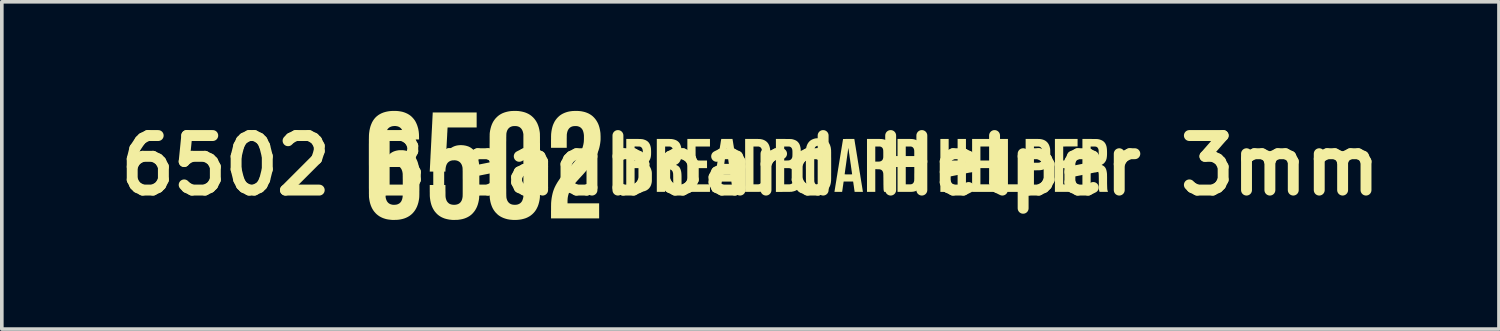
<source format=kicad_pcb>
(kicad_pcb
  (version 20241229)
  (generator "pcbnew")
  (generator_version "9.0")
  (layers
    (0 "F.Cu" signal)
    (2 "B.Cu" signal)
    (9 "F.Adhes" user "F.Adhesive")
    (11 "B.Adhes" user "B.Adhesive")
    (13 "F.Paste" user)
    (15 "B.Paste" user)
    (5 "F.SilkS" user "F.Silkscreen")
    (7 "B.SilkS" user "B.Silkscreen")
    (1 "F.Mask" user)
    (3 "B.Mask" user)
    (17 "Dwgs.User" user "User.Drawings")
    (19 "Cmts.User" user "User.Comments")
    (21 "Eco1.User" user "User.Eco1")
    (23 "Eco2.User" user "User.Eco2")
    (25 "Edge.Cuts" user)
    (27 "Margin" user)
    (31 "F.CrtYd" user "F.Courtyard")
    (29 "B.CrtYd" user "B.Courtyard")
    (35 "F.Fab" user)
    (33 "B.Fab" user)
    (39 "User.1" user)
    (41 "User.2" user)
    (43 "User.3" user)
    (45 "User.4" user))
  (footprint "6502 Breadboard Helper 3mm"
    (layer "F.Cu")
    (at 17.586 1.499)
    (property "Reference" "6502 Breadboard Helper 3mm" (at 0 0 0) (layer "F.SilkS") (effects (font (size 1.5 1.5) (thickness 0.3))))
    (attr board_only exclude_from_pos_files exclude_from_bom)
    (fp_poly (pts (xy 7.082 -0.104) (xy 7.082 0.52) (xy 7.269 0.52) (xy 7.457 0.52) (xy 7.457 0.624) (xy 7.457 0.728) (xy 7.155 0.728) (xy 6.853 0.728) (xy 6.853 0) (xy 6.853 -0.728) (xy 6.967 -0.728) (xy 7.082 -0.728)) (stroke (width 0) (type solid)) (fill yes) (layer "F.SilkS"))
    (fp_poly (pts (xy -1.112 -0.624) (xy -1.112 -0.52) (xy -1.31 -0.52) (xy -1.508 -0.52) (xy -1.507 -0.328) (xy -1.506 -0.136) (xy -1.35 -0.135) (xy -1.193 -0.134) (xy -1.193 -0.03) (xy -1.193 0.074) (xy -1.35 0.074) (xy -1.508 0.074) (xy -1.508 0.297) (xy -1.508 0.52) (xy -1.31 0.52) (xy -1.112 0.52) (xy -1.112 0.624) (xy -1.112 0.728) (xy -1.423 0.728) (xy -1.734 0.728) (xy -1.734 0) (xy -1.734 -0.728) (xy -1.423 -0.728) (xy -1.112 -0.728)) (stroke (width 0) (type solid)) (fill yes) (layer "F.SilkS"))
    (fp_poly (pts (xy 5.452 -0.431) (xy 5.452 -0.135) (xy 5.575 -0.135) (xy 5.698 -0.135) (xy 5.698 -0.431) (xy 5.698 -0.728) (xy 5.813 -0.728) (xy 5.927 -0.728) (xy 5.927 0) (xy 5.927 0.728) (xy 5.813 0.728) (xy 5.698 0.728) (xy 5.698 0.401) (xy 5.698 0.074) (xy 5.575 0.074) (xy 5.452 0.074) (xy 5.452 0.401) (xy 5.452 0.728) (xy 5.338 0.728) (xy 5.224 0.728) (xy 5.224 0) (xy 5.224 -0.728) (xy 5.338 -0.728) (xy 5.452 -0.728)) (stroke (width 0) (type solid)) (fill yes) (layer "F.SilkS"))
    (fp_poly (pts (xy 6.721 -0.624) (xy 6.721 -0.52) (xy 6.523 -0.52) (xy 6.325 -0.52) (xy 6.325 -0.327) (xy 6.325 -0.135) (xy 6.483 -0.135) (xy 6.64 -0.135) (xy 6.64 -0.03) (xy 6.64 0.074) (xy 6.483 0.074) (xy 6.325 0.074) (xy 6.325 0.297) (xy 6.325 0.52) (xy 6.523 0.52) (xy 6.721 0.52) (xy 6.721 0.624) (xy 6.721 0.728) (xy 6.409 0.728) (xy 6.097 0.728) (xy 6.097 0) (xy 6.097 -0.728) (xy 6.409 -0.728) (xy 6.721 -0.728)) (stroke (width 0) (type solid)) (fill yes) (layer "F.SilkS"))
    (fp_poly (pts (xy 8.997 -0.625) (xy 8.997 -0.522) (xy 8.799 -0.521) (xy 8.602 -0.52) (xy 8.602 -0.327) (xy 8.602 -0.135) (xy 8.759 -0.135) (xy 8.917 -0.135) (xy 8.916 -0.031) (xy 8.916 0.072) (xy 8.759 0.073) (xy 8.602 0.074) (xy 8.602 0.297) (xy 8.602 0.52) (xy 8.799 0.521) (xy 8.997 0.522) (xy 8.997 0.625) (xy 8.998 0.728) (xy 8.686 0.728) (xy 8.374 0.728) (xy 8.374 0) (xy 8.374 -0.728) (xy 8.686 -0.728) (xy 8.998 -0.728)) (stroke (width 0) (type solid)) (fill yes) (layer "F.SilkS"))
    (fp_poly (pts (xy 7.79 -0.728) (xy 7.824 -0.728) (xy 7.854 -0.728) (xy 7.882 -0.728) (xy 7.906 -0.728) (xy 7.926 -0.727) (xy 7.942 -0.727) (xy 7.955 -0.726) (xy 7.962 -0.726) (xy 7.962 -0.726) (xy 8.003 -0.72) (xy 8.039 -0.711) (xy 8.072 -0.699) (xy 8.101 -0.685) (xy 8.128 -0.667) (xy 8.152 -0.646) (xy 8.162 -0.636) (xy 8.183 -0.611) (xy 8.201 -0.582) (xy 8.216 -0.551) (xy 8.228 -0.516) (xy 8.238 -0.477) (xy 8.241 -0.462) (xy 8.242 -0.455) (xy 8.243 -0.448) (xy 8.243 -0.439) (xy 8.244 -0.428) (xy 8.245 -0.415) (xy 8.245 -0.399) (xy 8.245 -0.379) (xy 8.246 -0.356) (xy 8.246 -0.328) (xy 8.246 -0.315) (xy 8.246 -0.278) (xy 8.246 -0.246) (xy 8.246 -0.218) (xy 8.245 -0.193) (xy 8.244 -0.171) (xy 8.243 -0.152) (xy 8.241 -0.135) (xy 8.238 -0.119) (xy 8.235 -0.104) (xy 8.232 -0.089) (xy 8.227 -0.075) (xy 8.223 -0.062) (xy 8.211 -0.032) (xy 8.198 -0.006) (xy 8.182 0.018) (xy 8.163 0.04) (xy 8.153 0.051) (xy 8.13 0.071) (xy 8.105 0.089) (xy 8.078 0.103) (xy 8.048 0.114) (xy 8.033 0.119) (xy 8.021 0.122) (xy 8.009 0.125) (xy 7.998 0.127) (xy 7.986 0.129) (xy 7.973 0.131) (xy 7.959 0.132) (xy 7.941 0.133) (xy 7.92 0.133) (xy 7.896 0.134) (xy 7.884 0.134) (xy 7.797 0.135) (xy 7.797 0.432) (xy 7.797 0.728) (xy 7.683 0.728) (xy 7.569 0.728) (xy 7.569 0) (xy 7.569 -0.297) (xy 7.797 -0.297) (xy 7.797 -0.074) (xy 7.864 -0.074) (xy 7.888 -0.074) (xy 7.906 -0.074) (xy 7.921 -0.075) (xy 7.932 -0.075) (xy 7.94 -0.076) (xy 7.944 -0.077) (xy 7.964 -0.085) (xy 7.981 -0.095) (xy 7.994 -0.109) (xy 8.005 -0.127) (xy 8.012 -0.148) (xy 8.014 -0.159) (xy 8.015 -0.167) (xy 8.016 -0.18) (xy 8.017 -0.196) (xy 8.018 -0.215) (xy 8.018 -0.237) (xy 8.018 -0.261) (xy 8.019 -0.285) (xy 8.019 -0.31) (xy 8.018 -0.334) (xy 8.018 -0.357) (xy 8.018 -0.379) (xy 8.017 -0.398) (xy 8.016 -0.414) (xy 8.015 -0.427) (xy 8.014 -0.435) (xy 8.009 -0.458) (xy 8 -0.477) (xy 7.989 -0.492) (xy 7.974 -0.504) (xy 7.956 -0.513) (xy 7.948 -0.515) (xy 7.942 -0.517) (xy 7.936 -0.518) (xy 7.93 -0.519) (xy 7.922 -0.52) (xy 7.911 -0.52) (xy 7.897 -0.52) (xy 7.88 -0.52) (xy 7.864 -0.52) (xy 7.797 -0.52) (xy 7.797 -0.297) (xy 7.569 -0.297) (xy 7.569 -0.728) (xy 7.755 -0.728)) (stroke (width 0) (type solid)) (fill yes) (layer "F.SilkS"))
    (fp_poly (pts (xy 4.277 -0.728) (xy 4.312 -0.728) (xy 4.343 -0.728) (xy 4.37 -0.728) (xy 4.394 -0.728) (xy 4.414 -0.727) (xy 4.432 -0.726) (xy 4.448 -0.726) (xy 4.461 -0.724) (xy 4.473 -0.723) (xy 4.484 -0.721) (xy 4.495 -0.719) (xy 4.504 -0.717) (xy 4.515 -0.714) (xy 4.525 -0.711) (xy 4.532 -0.709) (xy 4.547 -0.704) (xy 4.563 -0.697) (xy 4.579 -0.69) (xy 4.594 -0.681) (xy 4.607 -0.674) (xy 4.613 -0.67) (xy 4.64 -0.646) (xy 4.663 -0.62) (xy 4.683 -0.592) (xy 4.7 -0.561) (xy 4.713 -0.526) (xy 4.723 -0.488) (xy 4.73 -0.446) (xy 4.734 -0.402) (xy 4.734 -0.393) (xy 4.734 -0.379) (xy 4.735 -0.361) (xy 4.735 -0.339) (xy 4.735 -0.313) (xy 4.735 -0.284) (xy 4.736 -0.253) (xy 4.736 -0.219) (xy 4.736 -0.182) (xy 4.736 -0.144) (xy 4.736 -0.105) (xy 4.736 -0.065) (xy 4.736 -0.024) (xy 4.736 0.017) (xy 4.736 0.058) (xy 4.736 0.099) (xy 4.736 0.138) (xy 4.736 0.176) (xy 4.736 0.213) (xy 4.736 0.247) (xy 4.735 0.279) (xy 4.735 0.309) (xy 4.735 0.335) (xy 4.735 0.358) (xy 4.734 0.377) (xy 4.734 0.391) (xy 4.734 0.401) (xy 4.734 0.402) (xy 4.729 0.449) (xy 4.721 0.493) (xy 4.71 0.533) (xy 4.695 0.569) (xy 4.677 0.601) (xy 4.656 0.63) (xy 4.631 0.655) (xy 4.602 0.677) (xy 4.57 0.694) (xy 4.534 0.709) (xy 4.499 0.718) (xy 4.49 0.72) (xy 4.482 0.722) (xy 4.473 0.723) (xy 4.463 0.724) (xy 4.452 0.725) (xy 4.44 0.726) (xy 4.425 0.727) (xy 4.408 0.727) (xy 4.388 0.728) (xy 4.366 0.728) (xy 4.339 0.728) (xy 4.309 0.728) (xy 4.274 0.728) (xy 4.237 0.728) (xy 4.046 0.728) (xy 4.046 0) (xy 4.272 0) (xy 4.272 0.52) (xy 4.342 0.52) (xy 4.366 0.52) (xy 4.385 0.52) (xy 4.4 0.52) (xy 4.411 0.519) (xy 4.42 0.518) (xy 4.426 0.517) (xy 4.426 0.517) (xy 4.447 0.509) (xy 4.465 0.498) (xy 4.479 0.484) (xy 4.49 0.466) (xy 4.499 0.443) (xy 4.502 0.43) (xy 4.503 0.427) (xy 4.503 0.424) (xy 4.504 0.42) (xy 4.504 0.415) (xy 4.505 0.409) (xy 4.505 0.402) (xy 4.505 0.393) (xy 4.505 0.382) (xy 4.506 0.37) (xy 4.506 0.354) (xy 4.506 0.337) (xy 4.506 0.316) (xy 4.506 0.293) (xy 4.506 0.266) (xy 4.506 0.235) (xy 4.507 0.201) (xy 4.507 0.163) (xy 4.507 0.121) (xy 4.507 0.074) (xy 4.507 0.022) (xy 4.507 0) (xy 4.507 -0.054) (xy 4.507 -0.102) (xy 4.507 -0.147) (xy 4.507 -0.186) (xy 4.507 -0.222) (xy 4.506 -0.254) (xy 4.506 -0.282) (xy 4.506 -0.307) (xy 4.506 -0.329) (xy 4.506 -0.348) (xy 4.506 -0.364) (xy 4.506 -0.378) (xy 4.505 -0.389) (xy 4.505 -0.399) (xy 4.505 -0.407) (xy 4.504 -0.413) (xy 4.504 -0.418) (xy 4.503 -0.422) (xy 4.503 -0.426) (xy 4.502 -0.429) (xy 4.502 -0.43) (xy 4.495 -0.454) (xy 4.485 -0.475) (xy 4.472 -0.491) (xy 4.457 -0.504) (xy 4.438 -0.513) (xy 4.426 -0.517) (xy 4.42 -0.518) (xy 4.412 -0.519) (xy 4.4 -0.519) (xy 4.386 -0.52) (xy 4.367 -0.52) (xy 4.344 -0.52) (xy 4.342 -0.52) (xy 4.272 -0.52) (xy 4.272 0) (xy 4.046 0) (xy 4.046 -0.728) (xy 4.237 -0.728)) (stroke (width 0) (type solid)) (fill yes) (layer "F.SilkS"))
    (fp_poly (pts (xy 0.087 -0.728) (xy 0.121 -0.728) (xy 0.151 -0.728) (xy 0.177 -0.728) (xy 0.2 -0.728) (xy 0.22 -0.727) (xy 0.236 -0.727) (xy 0.251 -0.726) (xy 0.264 -0.725) (xy 0.275 -0.724) (xy 0.285 -0.723) (xy 0.294 -0.721) (xy 0.303 -0.719) (xy 0.313 -0.717) (xy 0.322 -0.715) (xy 0.323 -0.715) (xy 0.36 -0.703) (xy 0.395 -0.687) (xy 0.425 -0.668) (xy 0.453 -0.645) (xy 0.477 -0.618) (xy 0.497 -0.588) (xy 0.514 -0.554) (xy 0.527 -0.516) (xy 0.537 -0.476) (xy 0.538 -0.47) (xy 0.539 -0.464) (xy 0.54 -0.457) (xy 0.541 -0.45) (xy 0.542 -0.443) (xy 0.542 -0.434) (xy 0.543 -0.424) (xy 0.543 -0.413) (xy 0.544 -0.401) (xy 0.544 -0.386) (xy 0.545 -0.369) (xy 0.545 -0.35) (xy 0.545 -0.328) (xy 0.545 -0.303) (xy 0.545 -0.275) (xy 0.545 -0.244) (xy 0.545 -0.209) (xy 0.545 -0.17) (xy 0.545 -0.127) (xy 0.545 -0.079) (xy 0.545 -0.027) (xy 0.545 0.02) (xy 0.545 0.074) (xy 0.545 0.124) (xy 0.545 0.168) (xy 0.545 0.209) (xy 0.545 0.245) (xy 0.544 0.277) (xy 0.544 0.306) (xy 0.544 0.331) (xy 0.544 0.353) (xy 0.544 0.373) (xy 0.544 0.389) (xy 0.543 0.404) (xy 0.543 0.416) (xy 0.543 0.426) (xy 0.542 0.434) (xy 0.542 0.441) (xy 0.542 0.447) (xy 0.541 0.452) (xy 0.541 0.456) (xy 0.54 0.46) (xy 0.539 0.464) (xy 0.539 0.467) (xy 0.53 0.504) (xy 0.52 0.537) (xy 0.508 0.567) (xy 0.494 0.593) (xy 0.477 0.617) (xy 0.464 0.633) (xy 0.439 0.657) (xy 0.413 0.677) (xy 0.384 0.693) (xy 0.351 0.706) (xy 0.323 0.715) (xy 0.313 0.717) (xy 0.304 0.719) (xy 0.295 0.721) (xy 0.285 0.723) (xy 0.275 0.724) (xy 0.264 0.725) (xy 0.252 0.726) (xy 0.237 0.727) (xy 0.22 0.727) (xy 0.201 0.728) (xy 0.178 0.728) (xy 0.153 0.728) (xy 0.123 0.728) (xy 0.089 0.728) (xy 0.05 0.728) (xy 0.048 0.728) (xy -0.145 0.728) (xy -0.145 0) (xy 0.084 0) (xy 0.084 0.52) (xy 0.154 0.52) (xy 0.175 0.52) (xy 0.192 0.52) (xy 0.205 0.52) (xy 0.215 0.519) (xy 0.224 0.519) (xy 0.23 0.518) (xy 0.236 0.517) (xy 0.241 0.515) (xy 0.262 0.507) (xy 0.279 0.496) (xy 0.292 0.481) (xy 0.303 0.462) (xy 0.311 0.44) (xy 0.315 0.423) (xy 0.315 0.418) (xy 0.315 0.409) (xy 0.316 0.395) (xy 0.316 0.378) (xy 0.316 0.356) (xy 0.316 0.331) (xy 0.317 0.303) (xy 0.317 0.273) (xy 0.317 0.239) (xy 0.317 0.204) (xy 0.317 0.167) (xy 0.317 0.129) (xy 0.317 0.09) (xy 0.317 0.05) (xy 0.317 0.009) (xy 0.317 -0.032) (xy 0.317 -0.072) (xy 0.317 -0.112) (xy 0.317 -0.151) (xy 0.317 -0.188) (xy 0.317 -0.224) (xy 0.317 -0.258) (xy 0.317 -0.29) (xy 0.316 -0.32) (xy 0.316 -0.346) (xy 0.316 -0.369) (xy 0.316 -0.389) (xy 0.315 -0.404) (xy 0.315 -0.416) (xy 0.315 -0.423) (xy 0.315 -0.424) (xy 0.308 -0.449) (xy 0.299 -0.47) (xy 0.288 -0.487) (xy 0.273 -0.5) (xy 0.255 -0.51) (xy 0.242 -0.515) (xy 0.237 -0.517) (xy 0.231 -0.518) (xy 0.225 -0.519) (xy 0.217 -0.519) (xy 0.207 -0.52) (xy 0.194 -0.52) (xy 0.177 -0.52) (xy 0.156 -0.52) (xy 0.155 -0.52) (xy 0.084 -0.52) (xy 0.084 0) (xy -0.145 0) (xy -0.145 -0.728) (xy 0.048 -0.728)) (stroke (width 0) (type solid)) (fill yes) (layer "F.SilkS"))
    (fp_poly (pts (xy -2.349 -0.728) (xy -2.315 -0.728) (xy -2.284 -0.728) (xy -2.256 -0.728) (xy -2.231 -0.728) (xy -2.21 -0.727) (xy -2.193 -0.727) (xy -2.181 -0.726) (xy -2.173 -0.726) (xy -2.173 -0.726) (xy -2.13 -0.72) (xy -2.091 -0.71) (xy -2.056 -0.698) (xy -2.025 -0.683) (xy -1.998 -0.664) (xy -1.974 -0.643) (xy -1.953 -0.618) (xy -1.936 -0.589) (xy -1.921 -0.556) (xy -1.915 -0.538) (xy -1.911 -0.524) (xy -1.907 -0.51) (xy -1.904 -0.496) (xy -1.902 -0.482) (xy -1.9 -0.466) (xy -1.899 -0.448) (xy -1.898 -0.427) (xy -1.897 -0.403) (xy -1.897 -0.375) (xy -1.896 -0.339) (xy -1.897 -0.308) (xy -1.897 -0.281) (xy -1.898 -0.257) (xy -1.9 -0.236) (xy -1.903 -0.217) (xy -1.905 -0.201) (xy -1.906 -0.197) (xy -1.916 -0.16) (xy -1.93 -0.127) (xy -1.946 -0.098) (xy -1.966 -0.072) (xy -1.989 -0.05) (xy -2.016 -0.032) (xy -2.025 -0.027) (xy -2.034 -0.022) (xy -2.041 -0.018) (xy -2.045 -0.015) (xy -2.045 -0.014) (xy -2.042 -0.012) (xy -2.037 -0.009) (xy -2.033 -0.008) (xy -2.006 0.005) (xy -1.982 0.02) (xy -1.962 0.038) (xy -1.953 0.049) (xy -1.938 0.073) (xy -1.925 0.1) (xy -1.914 0.131) (xy -1.906 0.164) (xy -1.902 0.182) (xy -1.901 0.194) (xy -1.899 0.206) (xy -1.898 0.219) (xy -1.897 0.233) (xy -1.896 0.248) (xy -1.895 0.265) (xy -1.895 0.285) (xy -1.894 0.307) (xy -1.894 0.333) (xy -1.894 0.362) (xy -1.894 0.396) (xy -1.894 0.434) (xy -1.894 0.438) (xy -1.894 0.478) (xy -1.893 0.514) (xy -1.893 0.545) (xy -1.893 0.573) (xy -1.892 0.596) (xy -1.891 0.617) (xy -1.89 0.635) (xy -1.889 0.65) (xy -1.888 0.663) (xy -1.886 0.675) (xy -1.884 0.685) (xy -1.881 0.695) (xy -1.878 0.704) (xy -1.876 0.712) (xy -1.873 0.719) (xy -1.871 0.725) (xy -1.871 0.727) (xy -1.873 0.727) (xy -1.88 0.727) (xy -1.891 0.728) (xy -1.906 0.728) (xy -1.924 0.728) (xy -1.944 0.728) (xy -1.966 0.728) (xy -1.986 0.728) (xy -2.101 0.728) (xy -2.107 0.71) (xy -2.109 0.703) (xy -2.111 0.696) (xy -2.113 0.689) (xy -2.114 0.682) (xy -2.116 0.675) (xy -2.117 0.667) (xy -2.118 0.657) (xy -2.118 0.646) (xy -2.119 0.633) (xy -2.12 0.618) (xy -2.12 0.6) (xy -2.12 0.579) (xy -2.121 0.554) (xy -2.121 0.525) (xy -2.121 0.493) (xy -2.122 0.455) (xy -2.122 0.44) (xy -2.122 0.402) (xy -2.123 0.369) (xy -2.123 0.34) (xy -2.123 0.315) (xy -2.123 0.294) (xy -2.124 0.276) (xy -2.124 0.261) (xy -2.124 0.248) (xy -2.125 0.238) (xy -2.125 0.23) (xy -2.126 0.223) (xy -2.127 0.217) (xy -2.127 0.212) (xy -2.128 0.208) (xy -2.129 0.204) (xy -2.136 0.179) (xy -2.145 0.159) (xy -2.157 0.142) (xy -2.172 0.128) (xy -2.19 0.118) (xy -2.212 0.11) (xy -2.212 0.11) (xy -2.219 0.108) (xy -2.23 0.107) (xy -2.244 0.106) (xy -2.263 0.105) (xy -2.285 0.105) (xy -2.345 0.104) (xy -2.345 0.416) (xy -2.345 0.728) (xy -2.46 0.728) (xy -2.574 0.728) (xy -2.574 0) (xy -2.574 -0.312) (xy -2.345 -0.312) (xy -2.345 -0.104) (xy -2.294 -0.104) (xy -2.273 -0.104) (xy -2.254 -0.105) (xy -2.238 -0.106) (xy -2.226 -0.107) (xy -2.223 -0.108) (xy -2.199 -0.114) (xy -2.178 -0.125) (xy -2.163 -0.136) (xy -2.152 -0.148) (xy -2.143 -0.162) (xy -2.136 -0.179) (xy -2.132 -0.192) (xy -2.13 -0.197) (xy -2.129 -0.202) (xy -2.128 -0.207) (xy -2.127 -0.213) (xy -2.127 -0.22) (xy -2.126 -0.23) (xy -2.126 -0.242) (xy -2.126 -0.257) (xy -2.126 -0.275) (xy -2.126 -0.298) (xy -2.126 -0.313) (xy -2.126 -0.342) (xy -2.126 -0.365) (xy -2.126 -0.385) (xy -2.127 -0.402) (xy -2.128 -0.415) (xy -2.129 -0.426) (xy -2.13 -0.436) (xy -2.132 -0.444) (xy -2.135 -0.452) (xy -2.138 -0.46) (xy -2.141 -0.466) (xy -2.152 -0.484) (xy -2.166 -0.498) (xy -2.184 -0.51) (xy -2.205 -0.517) (xy -2.206 -0.518) (xy -2.212 -0.518) (xy -2.221 -0.519) (xy -2.235 -0.52) (xy -2.25 -0.52) (xy -2.268 -0.52) (xy -2.281 -0.52) (xy -2.345 -0.52) (xy -2.345 -0.312) (xy -2.574 -0.312) (xy -2.574 -0.728) (xy -2.386 -0.728)) (stroke (width 0) (type solid)) (fill yes) (layer "F.SilkS"))
    (fp_poly (pts (xy 0.907 -0.728) (xy 0.945 -0.728) (xy 0.979 -0.727) (xy 1.009 -0.727) (xy 1.035 -0.727) (xy 1.057 -0.727) (xy 1.076 -0.726) (xy 1.093 -0.726) (xy 1.106 -0.725) (xy 1.119 -0.725) (xy 1.129 -0.724) (xy 1.138 -0.723) (xy 1.147 -0.721) (xy 1.155 -0.72) (xy 1.163 -0.718) (xy 1.171 -0.716) (xy 1.18 -0.713) (xy 1.181 -0.713) (xy 1.217 -0.701) (xy 1.249 -0.687) (xy 1.278 -0.669) (xy 1.303 -0.647) (xy 1.324 -0.622) (xy 1.343 -0.594) (xy 1.358 -0.561) (xy 1.369 -0.525) (xy 1.378 -0.485) (xy 1.38 -0.475) (xy 1.381 -0.465) (xy 1.382 -0.455) (xy 1.383 -0.444) (xy 1.384 -0.431) (xy 1.384 -0.415) (xy 1.384 -0.396) (xy 1.384 -0.374) (xy 1.384 -0.363) (xy 1.384 -0.339) (xy 1.384 -0.32) (xy 1.384 -0.305) (xy 1.383 -0.292) (xy 1.383 -0.281) (xy 1.382 -0.271) (xy 1.381 -0.262) (xy 1.379 -0.253) (xy 1.378 -0.248) (xy 1.37 -0.209) (xy 1.358 -0.174) (xy 1.344 -0.143) (xy 1.326 -0.117) (xy 1.305 -0.094) (xy 1.281 -0.074) (xy 1.259 -0.061) (xy 1.25 -0.056) (xy 1.243 -0.052) (xy 1.239 -0.049) (xy 1.239 -0.048) (xy 1.241 -0.046) (xy 1.247 -0.043) (xy 1.255 -0.038) (xy 1.265 -0.034) (xy 1.292 -0.019) (xy 1.315 -0.003) (xy 1.334 0.016) (xy 1.352 0.039) (xy 1.357 0.046) (xy 1.373 0.073) (xy 1.385 0.103) (xy 1.395 0.137) (xy 1.402 0.173) (xy 1.406 0.208) (xy 1.407 0.221) (xy 1.408 0.238) (xy 1.408 0.259) (xy 1.408 0.281) (xy 1.409 0.305) (xy 1.409 0.33) (xy 1.408 0.354) (xy 1.408 0.377) (xy 1.407 0.398) (xy 1.407 0.415) (xy 1.406 0.428) (xy 1.4 0.472) (xy 1.392 0.512) (xy 1.379 0.548) (xy 1.364 0.581) (xy 1.344 0.611) (xy 1.322 0.638) (xy 1.32 0.639) (xy 1.297 0.66) (xy 1.272 0.678) (xy 1.245 0.693) (xy 1.214 0.705) (xy 1.18 0.715) (xy 1.152 0.721) (xy 1.147 0.722) (xy 1.143 0.723) (xy 1.137 0.724) (xy 1.132 0.725) (xy 1.125 0.725) (xy 1.116 0.726) (xy 1.106 0.726) (xy 1.094 0.726) (xy 1.08 0.727) (xy 1.062 0.727) (xy 1.041 0.727) (xy 1.017 0.727) (xy 0.989 0.727) (xy 0.956 0.728) (xy 0.919 0.728) (xy 0.913 0.728) (xy 0.701 0.729) (xy 0.701 0.297) (xy 0.929 0.297) (xy 0.929 0.52) (xy 1.007 0.52) (xy 1.03 0.52) (xy 1.048 0.52) (xy 1.062 0.52) (xy 1.073 0.52) (xy 1.082 0.519) (xy 1.089 0.518) (xy 1.095 0.517) (xy 1.101 0.516) (xy 1.104 0.515) (xy 1.124 0.508) (xy 1.141 0.498) (xy 1.154 0.484) (xy 1.164 0.467) (xy 1.172 0.446) (xy 1.174 0.437) (xy 1.176 0.429) (xy 1.177 0.417) (xy 1.178 0.401) (xy 1.178 0.383) (xy 1.179 0.362) (xy 1.18 0.34) (xy 1.18 0.317) (xy 1.18 0.294) (xy 1.18 0.273) (xy 1.18 0.252) (xy 1.179 0.235) (xy 1.178 0.22) (xy 1.178 0.216) (xy 1.175 0.185) (xy 1.169 0.159) (xy 1.161 0.137) (xy 1.151 0.119) (xy 1.138 0.104) (xy 1.122 0.092) (xy 1.103 0.084) (xy 1.082 0.078) (xy 1.075 0.076) (xy 1.066 0.075) (xy 1.056 0.075) (xy 1.043 0.074) (xy 1.026 0.074) (xy 1.005 0.074) (xy 0.996 0.074) (xy 0.929 0.074) (xy 0.929 0.297) (xy 0.701 0.297) (xy 0.701 0.000009) (xy 0.701 -0.327) (xy 0.929 -0.327) (xy 0.929 -0.134) (xy 0.991 -0.135) (xy 1.009 -0.136) (xy 1.026 -0.137) (xy 1.041 -0.137) (xy 1.053 -0.138) (xy 1.062 -0.139) (xy 1.065 -0.14) (xy 1.088 -0.147) (xy 1.108 -0.159) (xy 1.125 -0.174) (xy 1.138 -0.194) (xy 1.148 -0.217) (xy 1.152 -0.231) (xy 1.153 -0.241) (xy 1.154 -0.254) (xy 1.155 -0.271) (xy 1.156 -0.291) (xy 1.156 -0.312) (xy 1.156 -0.334) (xy 1.156 -0.355) (xy 1.156 -0.376) (xy 1.155 -0.395) (xy 1.154 -0.411) (xy 1.153 -0.424) (xy 1.152 -0.431) (xy 1.144 -0.456) (xy 1.135 -0.476) (xy 1.122 -0.492) (xy 1.107 -0.504) (xy 1.104 -0.506) (xy 1.096 -0.51) (xy 1.089 -0.513) (xy 1.081 -0.516) (xy 1.073 -0.518) (xy 1.062 -0.519) (xy 1.049 -0.52) (xy 1.033 -0.52) (xy 1.013 -0.52) (xy 0.997 -0.52) (xy 0.929 -0.52) (xy 0.929 -0.327) (xy 0.701 -0.327) (xy 0.701 -0.729)) (stroke (width 0) (type solid)) (fill yes) (layer "F.SilkS"))
    (fp_poly (pts (xy 2.862 -0.702) (xy 2.863 -0.696) (xy 2.865 -0.685) (xy 2.867 -0.669) (xy 2.87 -0.65) (xy 2.874 -0.626) (xy 2.878 -0.599) (xy 2.883 -0.569) (xy 2.889 -0.535) (xy 2.895 -0.499) (xy 2.901 -0.46) (xy 2.908 -0.419) (xy 2.915 -0.375) (xy 2.922 -0.33) (xy 2.93 -0.283) (xy 2.938 -0.234) (xy 2.946 -0.185) (xy 2.954 -0.134) (xy 2.962 -0.083) (xy 2.971 -0.031) (xy 2.979 0.021) (xy 2.988 0.072) (xy 2.996 0.124) (xy 3.004 0.175) (xy 3.013 0.225) (xy 3.021 0.274) (xy 3.028 0.322) (xy 3.036 0.369) (xy 3.043 0.414) (xy 3.05 0.456) (xy 3.057 0.497) (xy 3.063 0.535) (xy 3.069 0.57) (xy 3.074 0.603) (xy 3.079 0.632) (xy 3.083 0.658) (xy 3.086 0.68) (xy 3.089 0.698) (xy 3.092 0.712) (xy 3.093 0.722) (xy 3.094 0.726) (xy 3.094 0.727) (xy 3.092 0.727) (xy 3.085 0.728) (xy 3.074 0.728) (xy 3.059 0.728) (xy 3.041 0.728) (xy 3.021 0.728) (xy 2.999 0.728) (xy 2.98 0.728) (xy 2.956 0.728) (xy 2.934 0.728) (xy 2.915 0.728) (xy 2.898 0.728) (xy 2.884 0.728) (xy 2.873 0.727) (xy 2.867 0.727) (xy 2.866 0.726) (xy 2.865 0.723) (xy 2.864 0.716) (xy 2.863 0.705) (xy 2.861 0.69) (xy 2.858 0.672) (xy 2.855 0.653) (xy 2.852 0.631) (xy 2.849 0.609) (xy 2.846 0.586) (xy 2.843 0.563) (xy 2.839 0.541) (xy 2.836 0.52) (xy 2.834 0.501) (xy 2.831 0.484) (xy 2.829 0.47) (xy 2.827 0.46) (xy 2.826 0.453) (xy 2.826 0.451) (xy 2.825 0.444) (xy 2.694 0.444) (xy 2.564 0.444) (xy 2.563 0.452) (xy 2.562 0.457) (xy 2.561 0.466) (xy 2.559 0.478) (xy 2.556 0.494) (xy 2.554 0.512) (xy 2.551 0.532) (xy 2.548 0.554) (xy 2.544 0.577) (xy 2.541 0.599) (xy 2.538 0.622) (xy 2.535 0.644) (xy 2.532 0.664) (xy 2.529 0.682) (xy 2.527 0.698) (xy 2.525 0.711) (xy 2.524 0.72) (xy 2.523 0.725) (xy 2.523 0.726) (xy 2.521 0.726) (xy 2.515 0.727) (xy 2.506 0.728) (xy 2.492 0.728) (xy 2.473 0.728) (xy 2.45 0.728) (xy 2.423 0.728) (xy 2.417 0.728) (xy 2.311 0.728) (xy 2.317 0.691) (xy 2.318 0.685) (xy 2.319 0.675) (xy 2.322 0.66) (xy 2.325 0.64) (xy 2.329 0.617) (xy 2.333 0.589) (xy 2.338 0.558) (xy 2.344 0.523) (xy 2.35 0.485) (xy 2.357 0.444) (xy 2.364 0.401) (xy 2.371 0.354) (xy 2.379 0.305) (xy 2.388 0.254) (xy 2.389 0.243) (xy 2.592 0.243) (xy 2.593 0.244) (xy 2.599 0.245) (xy 2.609 0.245) (xy 2.623 0.246) (xy 2.641 0.246) (xy 2.664 0.246) (xy 2.692 0.246) (xy 2.694 0.246) (xy 2.717 0.246) (xy 2.737 0.246) (xy 2.756 0.246) (xy 2.771 0.246) (xy 2.784 0.245) (xy 2.792 0.245) (xy 2.797 0.244) (xy 2.797 0.244) (xy 2.797 0.241) (xy 2.796 0.233) (xy 2.794 0.221) (xy 2.792 0.205) (xy 2.789 0.185) (xy 2.786 0.162) (xy 2.782 0.137) (xy 2.778 0.108) (xy 2.774 0.077) (xy 2.769 0.045) (xy 2.765 0.011) (xy 2.76 -0.024) (xy 2.754 -0.061) (xy 2.749 -0.097) (xy 2.744 -0.134) (xy 2.739 -0.171) (xy 2.733 -0.207) (xy 2.728 -0.242) (xy 2.724 -0.276) (xy 2.719 -0.309) (xy 2.714 -0.339) (xy 2.71 -0.367) (xy 2.707 -0.393) (xy 2.703 -0.416) (xy 2.7 -0.436) (xy 2.698 -0.451) (xy 2.696 -0.463) (xy 2.695 -0.471) (xy 2.695 -0.474) (xy 2.695 -0.474) (xy 2.692 -0.474) (xy 2.692 -0.474) (xy 2.691 -0.472) (xy 2.69 -0.464) (xy 2.688 -0.453) (xy 2.686 -0.437) (xy 2.683 -0.418) (xy 2.68 -0.395) (xy 2.677 -0.37) (xy 2.673 -0.342) (xy 2.668 -0.311) (xy 2.664 -0.279) (xy 2.659 -0.245) (xy 2.654 -0.21) (xy 2.649 -0.174) (xy 2.644 -0.137) (xy 2.639 -0.101) (xy 2.634 -0.064) (xy 2.629 -0.028) (xy 2.624 0.008) (xy 2.619 0.042) (xy 2.614 0.075) (xy 2.61 0.105) (xy 2.606 0.134) (xy 2.603 0.16) (xy 2.6 0.183) (xy 2.597 0.203) (xy 2.595 0.219) (xy 2.593 0.232) (xy 2.592 0.24) (xy 2.592 0.243) (xy 2.592 0.243) (xy 2.389 0.243) (xy 2.396 0.201) (xy 2.405 0.146) (xy 2.414 0.09) (xy 2.424 0.032) (xy 2.433 -0.027) (xy 2.435 -0.037) (xy 2.548 -0.727) (xy 2.702 -0.728) (xy 2.857 -0.729)) (stroke (width 0) (type solid)) (fill yes) (layer "F.SilkS"))
    (fp_poly (pts (xy 3.43 -0.728) (xy 3.465 -0.728) (xy 3.496 -0.728) (xy 3.524 -0.728) (xy 3.549 -0.728) (xy 3.569 -0.727) (xy 3.586 -0.727) (xy 3.599 -0.726) (xy 3.606 -0.726) (xy 3.606 -0.726) (xy 3.649 -0.72) (xy 3.688 -0.71) (xy 3.723 -0.698) (xy 3.754 -0.683) (xy 3.782 -0.665) (xy 3.806 -0.643) (xy 3.826 -0.618) (xy 3.844 -0.589) (xy 3.858 -0.557) (xy 3.865 -0.534) (xy 3.869 -0.52) (xy 3.873 -0.508) (xy 3.875 -0.496) (xy 3.877 -0.483) (xy 3.879 -0.47) (xy 3.88 -0.456) (xy 3.881 -0.439) (xy 3.882 -0.419) (xy 3.882 -0.396) (xy 3.882 -0.37) (xy 3.882 -0.349) (xy 3.882 -0.323) (xy 3.882 -0.301) (xy 3.882 -0.283) (xy 3.882 -0.268) (xy 3.881 -0.256) (xy 3.881 -0.246) (xy 3.88 -0.238) (xy 3.879 -0.23) (xy 3.878 -0.223) (xy 3.877 -0.215) (xy 3.877 -0.214) (xy 3.868 -0.176) (xy 3.856 -0.141) (xy 3.841 -0.11) (xy 3.822 -0.083) (xy 3.801 -0.059) (xy 3.776 -0.04) (xy 3.755 -0.027) (xy 3.746 -0.022) (xy 3.739 -0.018) (xy 3.734 -0.015) (xy 3.734 -0.014) (xy 3.736 -0.012) (xy 3.739 -0.011) (xy 3.747 -0.008) (xy 3.758 -0.003) (xy 3.771 0.004) (xy 3.783 0.011) (xy 3.794 0.018) (xy 3.799 0.021) (xy 3.817 0.038) (xy 3.833 0.058) (xy 3.847 0.083) (xy 3.859 0.111) (xy 3.869 0.142) (xy 3.876 0.173) (xy 3.877 0.182) (xy 3.878 0.19) (xy 3.88 0.199) (xy 3.881 0.209) (xy 3.881 0.219) (xy 3.882 0.231) (xy 3.883 0.244) (xy 3.883 0.26) (xy 3.884 0.278) (xy 3.884 0.299) (xy 3.885 0.324) (xy 3.885 0.352) (xy 3.885 0.384) (xy 3.886 0.421) (xy 3.886 0.439) (xy 3.886 0.473) (xy 3.887 0.506) (xy 3.887 0.537) (xy 3.888 0.565) (xy 3.888 0.59) (xy 3.889 0.612) (xy 3.889 0.63) (xy 3.89 0.645) (xy 3.89 0.655) (xy 3.891 0.661) (xy 3.891 0.661) (xy 3.894 0.678) (xy 3.897 0.691) (xy 3.9 0.702) (xy 3.904 0.711) (xy 3.907 0.719) (xy 3.908 0.725) (xy 3.909 0.727) (xy 3.906 0.727) (xy 3.899 0.727) (xy 3.888 0.728) (xy 3.874 0.728) (xy 3.856 0.728) (xy 3.836 0.728) (xy 3.813 0.728) (xy 3.793 0.728) (xy 3.678 0.728) (xy 3.673 0.71) (xy 3.67 0.703) (xy 3.668 0.696) (xy 3.667 0.689) (xy 3.665 0.682) (xy 3.664 0.675) (xy 3.663 0.667) (xy 3.662 0.657) (xy 3.661 0.646) (xy 3.661 0.633) (xy 3.66 0.618) (xy 3.66 0.6) (xy 3.659 0.578) (xy 3.659 0.554) (xy 3.658 0.525) (xy 3.658 0.493) (xy 3.658 0.455) (xy 3.658 0.44) (xy 3.657 0.402) (xy 3.657 0.369) (xy 3.657 0.34) (xy 3.656 0.315) (xy 3.656 0.294) (xy 3.656 0.276) (xy 3.655 0.261) (xy 3.655 0.248) (xy 3.655 0.238) (xy 3.654 0.23) (xy 3.654 0.223) (xy 3.653 0.217) (xy 3.652 0.212) (xy 3.651 0.208) (xy 3.651 0.204) (xy 3.644 0.179) (xy 3.634 0.159) (xy 3.623 0.142) (xy 3.608 0.128) (xy 3.59 0.118) (xy 3.567 0.11) (xy 3.56 0.108) (xy 3.55 0.107) (xy 3.536 0.106) (xy 3.517 0.105) (xy 3.494 0.105) (xy 3.434 0.104) (xy 3.434 0.416) (xy 3.434 0.728) (xy 3.32 0.728) (xy 3.206 0.728) (xy 3.206 0) (xy 3.206 -0.312) (xy 3.434 -0.312) (xy 3.434 -0.104) (xy 3.494 -0.105) (xy 3.517 -0.105) (xy 3.535 -0.106) (xy 3.549 -0.107) (xy 3.559 -0.108) (xy 3.567 -0.109) (xy 3.568 -0.11) (xy 3.589 -0.118) (xy 3.607 -0.128) (xy 3.616 -0.136) (xy 3.628 -0.148) (xy 3.637 -0.162) (xy 3.644 -0.179) (xy 3.648 -0.192) (xy 3.649 -0.197) (xy 3.651 -0.202) (xy 3.652 -0.207) (xy 3.652 -0.213) (xy 3.653 -0.22) (xy 3.653 -0.23) (xy 3.654 -0.242) (xy 3.654 -0.257) (xy 3.654 -0.275) (xy 3.654 -0.298) (xy 3.654 -0.313) (xy 3.654 -0.342) (xy 3.654 -0.365) (xy 3.653 -0.385) (xy 3.653 -0.402) (xy 3.652 -0.415) (xy 3.651 -0.426) (xy 3.649 -0.436) (xy 3.647 -0.444) (xy 3.645 -0.452) (xy 3.642 -0.46) (xy 3.639 -0.466) (xy 3.628 -0.484) (xy 3.613 -0.498) (xy 3.595 -0.51) (xy 3.575 -0.517) (xy 3.574 -0.518) (xy 3.568 -0.518) (xy 3.558 -0.519) (xy 3.545 -0.52) (xy 3.529 -0.52) (xy 3.512 -0.52) (xy 3.498 -0.52) (xy 3.434 -0.52) (xy 3.434 -0.312) (xy 3.206 -0.312) (xy 3.206 -0.728) (xy 3.394 -0.728)) (stroke (width 0) (type solid)) (fill yes) (layer "F.SilkS"))
    (fp_poly (pts (xy -0.491 -0.721) (xy -0.491 -0.718) (xy -0.49 -0.71) (xy -0.487 -0.698) (xy -0.485 -0.681) (xy -0.481 -0.66) (xy -0.477 -0.636) (xy -0.473 -0.608) (xy -0.468 -0.577) (xy -0.462 -0.542) (xy -0.456 -0.505) (xy -0.45 -0.466) (xy -0.443 -0.424) (xy -0.436 -0.38) (xy -0.428 -0.335) (xy -0.421 -0.288) (xy -0.414 -0.246) (xy -0.405 -0.194) (xy -0.397 -0.14) (xy -0.388 -0.085) (xy -0.379 -0.03) (xy -0.37 0.026) (xy -0.361 0.08) (xy -0.352 0.134) (xy -0.344 0.186) (xy -0.335 0.237) (xy -0.328 0.285) (xy -0.32 0.33) (xy -0.313 0.372) (xy -0.307 0.41) (xy -0.301 0.445) (xy -0.297 0.472) (xy -0.291 0.507) (xy -0.286 0.541) (xy -0.281 0.573) (xy -0.276 0.602) (xy -0.271 0.63) (xy -0.268 0.654) (xy -0.264 0.676) (xy -0.261 0.694) (xy -0.259 0.708) (xy -0.257 0.718) (xy -0.257 0.724) (xy -0.256 0.725) (xy -0.257 0.726) (xy -0.26 0.727) (xy -0.266 0.727) (xy -0.274 0.728) (xy -0.286 0.728) (xy -0.301 0.728) (xy -0.32 0.728) (xy -0.344 0.728) (xy -0.37 0.728) (xy -0.484 0.728) (xy -0.504 0.587) (xy -0.524 0.445) (xy -0.656 0.445) (xy -0.688 0.445) (xy -0.715 0.445) (xy -0.739 0.445) (xy -0.758 0.445) (xy -0.772 0.445) (xy -0.782 0.446) (xy -0.786 0.446) (xy -0.787 0.447) (xy -0.787 0.45) (xy -0.788 0.457) (xy -0.79 0.469) (xy -0.792 0.484) (xy -0.795 0.502) (xy -0.798 0.523) (xy -0.801 0.547) (xy -0.805 0.572) (xy -0.807 0.588) (xy -0.811 0.614) (xy -0.814 0.638) (xy -0.818 0.661) (xy -0.821 0.681) (xy -0.823 0.698) (xy -0.825 0.711) (xy -0.827 0.721) (xy -0.827 0.727) (xy -0.827 0.728) (xy -0.83 0.728) (xy -0.837 0.728) (xy -0.848 0.728) (xy -0.862 0.728) (xy -0.88 0.728) (xy -0.9 0.728) (xy -0.922 0.728) (xy -0.933 0.728) (xy -0.959 0.728) (xy -0.981 0.728) (xy -0.998 0.728) (xy -1.012 0.728) (xy -1.022 0.728) (xy -1.03 0.727) (xy -1.034 0.727) (xy -1.037 0.726) (xy -1.038 0.725) (xy -1.038 0.725) (xy -1.038 0.722) (xy -1.037 0.714) (xy -1.035 0.703) (xy -1.033 0.688) (xy -1.03 0.672) (xy -1.027 0.653) (xy -1.027 0.652) (xy -1.025 0.643) (xy -1.023 0.63) (xy -1.02 0.612) (xy -1.017 0.59) (xy -1.012 0.563) (xy -1.007 0.533) (xy -1.002 0.499) (xy -0.996 0.462) (xy -0.989 0.422) (xy -0.982 0.379) (xy -0.975 0.334) (xy -0.967 0.286) (xy -0.961 0.246) (xy -0.759 0.246) (xy -0.656 0.246) (xy -0.553 0.246) (xy -0.553 0.24) (xy -0.554 0.237) (xy -0.555 0.229) (xy -0.557 0.216) (xy -0.559 0.2) (xy -0.562 0.18) (xy -0.565 0.156) (xy -0.568 0.13) (xy -0.572 0.102) (xy -0.577 0.071) (xy -0.581 0.038) (xy -0.586 0.004) (xy -0.591 -0.031) (xy -0.596 -0.068) (xy -0.602 -0.104) (xy -0.607 -0.141) (xy -0.612 -0.177) (xy -0.617 -0.213) (xy -0.622 -0.248) (xy -0.627 -0.282) (xy -0.632 -0.314) (xy -0.636 -0.344) (xy -0.64 -0.372) (xy -0.644 -0.397) (xy -0.647 -0.42) (xy -0.65 -0.438) (xy -0.652 -0.454) (xy -0.654 -0.465) (xy -0.655 -0.472) (xy -0.656 -0.474) (xy -0.658 -0.475) (xy -0.658 -0.474) (xy -0.659 -0.472) (xy -0.66 -0.465) (xy -0.662 -0.453) (xy -0.664 -0.437) (xy -0.667 -0.417) (xy -0.67 -0.393) (xy -0.674 -0.367) (xy -0.678 -0.337) (xy -0.683 -0.304) (xy -0.688 -0.269) (xy -0.693 -0.232) (xy -0.698 -0.193) (xy -0.704 -0.153) (xy -0.708 -0.122) (xy -0.714 -0.08) (xy -0.719 -0.04) (xy -0.725 -0.001) (xy -0.73 0.036) (xy -0.735 0.071) (xy -0.739 0.103) (xy -0.743 0.133) (xy -0.747 0.16) (xy -0.75 0.183) (xy -0.753 0.202) (xy -0.755 0.218) (xy -0.757 0.229) (xy -0.758 0.236) (xy -0.758 0.238) (xy -0.759 0.246) (xy -0.961 0.246) (xy -0.959 0.236) (xy -0.951 0.184) (xy -0.942 0.13) (xy -0.933 0.075) (xy -0.924 0.018) (xy -0.914 -0.039) (xy -0.91 -0.066) (xy -0.901 -0.123) (xy -0.892 -0.178) (xy -0.883 -0.232) (xy -0.874 -0.284) (xy -0.866 -0.335) (xy -0.858 -0.383) (xy -0.851 -0.429) (xy -0.844 -0.472) (xy -0.837 -0.513) (xy -0.831 -0.551) (xy -0.825 -0.585) (xy -0.82 -0.616) (xy -0.816 -0.644) (xy -0.812 -0.668) (xy -0.809 -0.687) (xy -0.806 -0.703) (xy -0.804 -0.714) (xy -0.803 -0.72) (xy -0.803 -0.721) (xy -0.802 -0.728) (xy -0.647 -0.728) (xy -0.493 -0.728)) (stroke (width 0) (type solid)) (fill yes) (layer "F.SilkS"))
    (fp_poly (pts (xy 9.332 -0.728) (xy 9.37 -0.728) (xy 9.403 -0.727) (xy 9.431 -0.727) (xy 9.456 -0.727) (xy 9.477 -0.727) (xy 9.494 -0.727) (xy 9.509 -0.726) (xy 9.521 -0.726) (xy 9.531 -0.725) (xy 9.54 -0.725) (xy 9.547 -0.724) (xy 9.552 -0.724) (xy 9.557 -0.723) (xy 9.559 -0.723) (xy 9.599 -0.714) (xy 9.635 -0.702) (xy 9.667 -0.688) (xy 9.696 -0.671) (xy 9.72 -0.651) (xy 9.742 -0.628) (xy 9.76 -0.602) (xy 9.769 -0.585) (xy 9.779 -0.562) (xy 9.788 -0.537) (xy 9.795 -0.509) (xy 9.8 -0.479) (xy 9.804 -0.445) (xy 9.806 -0.407) (xy 9.807 -0.366) (xy 9.807 -0.32) (xy 9.807 -0.316) (xy 9.806 -0.283) (xy 9.804 -0.254) (xy 9.801 -0.228) (xy 9.798 -0.206) (xy 9.794 -0.185) (xy 9.788 -0.166) (xy 9.782 -0.147) (xy 9.78 -0.141) (xy 9.766 -0.114) (xy 9.749 -0.089) (xy 9.73 -0.066) (xy 9.708 -0.046) (xy 9.684 -0.03) (xy 9.67 -0.023) (xy 9.662 -0.019) (xy 9.658 -0.015) (xy 9.66 -0.012) (xy 9.665 -0.01) (xy 9.691 0.002) (xy 9.714 0.016) (xy 9.734 0.032) (xy 9.751 0.051) (xy 9.766 0.073) (xy 9.778 0.098) (xy 9.788 0.127) (xy 9.796 0.16) (xy 9.802 0.198) (xy 9.804 0.209) (xy 9.805 0.218) (xy 9.805 0.227) (xy 9.806 0.239) (xy 9.807 0.253) (xy 9.807 0.27) (xy 9.807 0.29) (xy 9.808 0.314) (xy 9.808 0.342) (xy 9.808 0.374) (xy 9.808 0.385) (xy 9.808 0.437) (xy 9.808 0.484) (xy 9.809 0.526) (xy 9.81 0.563) (xy 9.811 0.595) (xy 9.812 0.622) (xy 9.813 0.644) (xy 9.815 0.661) (xy 9.817 0.673) (xy 9.817 0.673) (xy 9.823 0.698) (xy 9.831 0.721) (xy 9.832 0.724) (xy 9.832 0.725) (xy 9.831 0.726) (xy 9.83 0.727) (xy 9.826 0.727) (xy 9.821 0.728) (xy 9.813 0.728) (xy 9.802 0.728) (xy 9.787 0.728) (xy 9.769 0.728) (xy 9.747 0.728) (xy 9.72 0.728) (xy 9.717 0.728) (xy 9.601 0.727) (xy 9.598 0.717) (xy 9.595 0.71) (xy 9.593 0.699) (xy 9.59 0.688) (xy 9.589 0.685) (xy 9.588 0.681) (xy 9.587 0.677) (xy 9.586 0.673) (xy 9.586 0.667) (xy 9.585 0.661) (xy 9.585 0.652) (xy 9.584 0.642) (xy 9.584 0.63) (xy 9.584 0.615) (xy 9.583 0.598) (xy 9.583 0.576) (xy 9.583 0.552) (xy 9.582 0.523) (xy 9.582 0.49) (xy 9.582 0.452) (xy 9.582 0.451) (xy 9.581 0.412) (xy 9.581 0.377) (xy 9.581 0.348) (xy 9.58 0.322) (xy 9.58 0.3) (xy 9.58 0.281) (xy 9.579 0.265) (xy 9.579 0.252) (xy 9.578 0.242) (xy 9.578 0.233) (xy 9.577 0.226) (xy 9.577 0.22) (xy 9.576 0.216) (xy 9.576 0.215) (xy 9.57 0.19) (xy 9.563 0.168) (xy 9.553 0.151) (xy 9.542 0.137) (xy 9.528 0.126) (xy 9.51 0.117) (xy 9.494 0.111) (xy 9.488 0.109) (xy 9.482 0.108) (xy 9.476 0.107) (xy 9.468 0.106) (xy 9.458 0.106) (xy 9.445 0.105) (xy 9.428 0.105) (xy 9.417 0.105) (xy 9.357 0.105) (xy 9.357 0.417) (xy 9.356 0.728) (xy 9.243 0.728) (xy 9.13 0.728) (xy 9.13 -0.000138) (xy 9.13 -0.314) (xy 9.356 -0.314) (xy 9.356 -0.282) (xy 9.356 -0.251) (xy 9.356 -0.223) (xy 9.356 -0.196) (xy 9.356 -0.173) (xy 9.357 -0.152) (xy 9.357 -0.134) (xy 9.357 -0.121) (xy 9.357 -0.111) (xy 9.358 -0.106) (xy 9.358 -0.106) (xy 9.361 -0.105) (xy 9.368 -0.105) (xy 9.379 -0.104) (xy 9.393 -0.104) (xy 9.409 -0.105) (xy 9.419 -0.105) (xy 9.44 -0.105) (xy 9.456 -0.106) (xy 9.469 -0.107) (xy 9.479 -0.107) (xy 9.486 -0.109) (xy 9.492 -0.11) (xy 9.493 -0.11) (xy 9.516 -0.12) (xy 9.535 -0.132) (xy 9.55 -0.147) (xy 9.562 -0.167) (xy 9.571 -0.19) (xy 9.573 -0.201) (xy 9.575 -0.209) (xy 9.576 -0.223) (xy 9.577 -0.239) (xy 9.577 -0.259) (xy 9.578 -0.28) (xy 9.578 -0.303) (xy 9.578 -0.326) (xy 9.578 -0.348) (xy 9.577 -0.37) (xy 9.577 -0.39) (xy 9.576 -0.407) (xy 9.575 -0.42) (xy 9.574 -0.43) (xy 9.573 -0.43) (xy 9.567 -0.454) (xy 9.557 -0.475) (xy 9.545 -0.491) (xy 9.53 -0.504) (xy 9.524 -0.508) (xy 9.516 -0.511) (xy 9.508 -0.514) (xy 9.499 -0.516) (xy 9.489 -0.518) (xy 9.477 -0.519) (xy 9.461 -0.52) (xy 9.442 -0.52) (xy 9.42 -0.52) (xy 9.356 -0.52) (xy 9.356 -0.314) (xy 9.13 -0.314) (xy 9.13 -0.729)) (stroke (width 0) (type solid)) (fill yes) (layer "F.SilkS"))
    (fp_poly (pts (xy -3.182 -0.728) (xy -3.146 -0.728) (xy -3.114 -0.728) (xy -3.085 -0.728) (xy -3.06 -0.727) (xy -3.039 -0.727) (xy -3.02 -0.726) (xy -3.003 -0.725) (xy -2.989 -0.723) (xy -2.975 -0.722) (xy -2.963 -0.72) (xy -2.952 -0.718) (xy -2.941 -0.715) (xy -2.931 -0.712) (xy -2.919 -0.708) (xy -2.915 -0.707) (xy -2.881 -0.694) (xy -2.851 -0.677) (xy -2.824 -0.658) (xy -2.801 -0.635) (xy -2.782 -0.608) (xy -2.765 -0.578) (xy -2.752 -0.544) (xy -2.742 -0.507) (xy -2.735 -0.465) (xy -2.735 -0.462) (xy -2.734 -0.448) (xy -2.733 -0.431) (xy -2.732 -0.41) (xy -2.731 -0.388) (xy -2.731 -0.364) (xy -2.731 -0.341) (xy -2.732 -0.319) (xy -2.732 -0.299) (xy -2.733 -0.283) (xy -2.734 -0.278) (xy -2.739 -0.237) (xy -2.748 -0.2) (xy -2.76 -0.167) (xy -2.776 -0.137) (xy -2.781 -0.129) (xy -2.798 -0.108) (xy -2.818 -0.088) (xy -2.841 -0.071) (xy -2.864 -0.057) (xy -2.866 -0.056) (xy -2.873 -0.052) (xy -2.877 -0.049) (xy -2.878 -0.048) (xy -2.875 -0.046) (xy -2.869 -0.042) (xy -2.861 -0.038) (xy -2.858 -0.037) (xy -2.829 -0.022) (xy -2.803 -0.003) (xy -2.78 0.019) (xy -2.76 0.045) (xy -2.743 0.075) (xy -2.73 0.109) (xy -2.719 0.147) (xy -2.714 0.169) (xy -2.713 0.175) (xy -2.712 0.182) (xy -2.712 0.189) (xy -2.711 0.198) (xy -2.71 0.208) (xy -2.71 0.22) (xy -2.71 0.236) (xy -2.71 0.254) (xy -2.71 0.277) (xy -2.71 0.303) (xy -2.71 0.319) (xy -2.71 0.348) (xy -2.71 0.372) (xy -2.71 0.393) (xy -2.71 0.41) (xy -2.71 0.424) (xy -2.711 0.435) (xy -2.711 0.444) (xy -2.712 0.452) (xy -2.713 0.459) (xy -2.714 0.466) (xy -2.714 0.468) (xy -2.722 0.503) (xy -2.731 0.534) (xy -2.742 0.562) (xy -2.756 0.588) (xy -2.773 0.613) (xy -2.773 0.613) (xy -2.796 0.64) (xy -2.823 0.663) (xy -2.853 0.683) (xy -2.887 0.699) (xy -2.925 0.712) (xy -2.963 0.721) (xy -2.969 0.722) (xy -2.974 0.723) (xy -2.979 0.724) (xy -2.985 0.725) (xy -2.992 0.725) (xy -3.001 0.726) (xy -3.011 0.726) (xy -3.023 0.726) (xy -3.038 0.727) (xy -3.055 0.727) (xy -3.076 0.727) (xy -3.101 0.727) (xy -3.129 0.727) (xy -3.162 0.728) (xy -3.199 0.728) (xy -3.203 0.728) (xy -3.414 0.729) (xy -3.414 0.297) (xy -3.185 0.297) (xy -3.185 0.521) (xy -3.102 0.52) (xy -3.079 0.519) (xy -3.059 0.519) (xy -3.044 0.519) (xy -3.032 0.518) (xy -3.023 0.518) (xy -3.016 0.517) (xy -3.011 0.516) (xy -3.006 0.515) (xy -3.006 0.515) (xy -2.986 0.505) (xy -2.97 0.493) (xy -2.957 0.476) (xy -2.947 0.456) (xy -2.947 0.456) (xy -2.945 0.448) (xy -2.943 0.44) (xy -2.941 0.431) (xy -2.939 0.421) (xy -2.938 0.41) (xy -2.938 0.397) (xy -2.937 0.381) (xy -2.937 0.362) (xy -2.937 0.339) (xy -2.937 0.312) (xy -2.937 0.296) (xy -2.938 0.269) (xy -2.938 0.246) (xy -2.938 0.228) (xy -2.939 0.213) (xy -2.939 0.201) (xy -2.94 0.191) (xy -2.941 0.184) (xy -2.942 0.178) (xy -2.943 0.173) (xy -2.943 0.171) (xy -2.951 0.146) (xy -2.962 0.124) (xy -2.976 0.107) (xy -2.992 0.094) (xy -3.002 0.089) (xy -3.011 0.084) (xy -3.02 0.081) (xy -3.03 0.078) (xy -3.041 0.077) (xy -3.054 0.075) (xy -3.069 0.074) (xy -3.088 0.074) (xy -3.112 0.074) (xy -3.119 0.074) (xy -3.185 0.074) (xy -3.185 0.297) (xy -3.414 0.297) (xy -3.414 0.000122) (xy -3.414 -0.327) (xy -3.185 -0.327) (xy -3.185 -0.134) (xy -3.124 -0.135) (xy -3.101 -0.136) (xy -3.083 -0.137) (xy -3.068 -0.138) (xy -3.057 -0.139) (xy -3.049 -0.14) (xy -3.048 -0.141) (xy -3.025 -0.149) (xy -3.006 -0.16) (xy -2.99 -0.175) (xy -2.978 -0.194) (xy -2.968 -0.216) (xy -2.968 -0.219) (xy -2.966 -0.225) (xy -2.964 -0.231) (xy -2.963 -0.237) (xy -2.962 -0.244) (xy -2.962 -0.252) (xy -2.961 -0.263) (xy -2.961 -0.277) (xy -2.96 -0.295) (xy -2.96 -0.317) (xy -2.96 -0.317) (xy -2.96 -0.345) (xy -2.96 -0.368) (xy -2.96 -0.388) (xy -2.961 -0.404) (xy -2.962 -0.418) (xy -2.964 -0.43) (xy -2.967 -0.441) (xy -2.97 -0.451) (xy -2.97 -0.452) (xy -2.98 -0.473) (xy -2.993 -0.491) (xy -3.009 -0.504) (xy -3.025 -0.513) (xy -3.03 -0.515) (xy -3.034 -0.516) (xy -3.039 -0.517) (xy -3.046 -0.518) (xy -3.054 -0.519) (xy -3.065 -0.519) (xy -3.079 -0.519) (xy -3.098 -0.52) (xy -3.112 -0.52) (xy -3.185 -0.521) (xy -3.185 -0.327) (xy -3.414 -0.327) (xy -3.414 -0.728) (xy -3.223 -0.728)) (stroke (width 0) (type solid)) (fill yes) (layer "F.SilkS"))
    (fp_poly (pts (xy -4.772 -1.498) (xy -4.749 -1.498) (xy -4.729 -1.497) (xy -4.712 -1.496) (xy -4.703 -1.495) (xy -4.65 -1.489) (xy -4.601 -1.479) (xy -4.555 -1.468) (xy -4.511 -1.453) (xy -4.469 -1.436) (xy -4.446 -1.425) (xy -4.407 -1.403) (xy -4.371 -1.379) (xy -4.336 -1.351) (xy -4.303 -1.319) (xy -4.301 -1.317) (xy -4.267 -1.278) (xy -4.237 -1.236) (xy -4.21 -1.191) (xy -4.186 -1.143) (xy -4.166 -1.091) (xy -4.15 -1.035) (xy -4.137 -0.976) (xy -4.127 -0.912) (xy -4.126 -0.905) (xy -4.124 -0.888) (xy -4.123 -0.868) (xy -4.122 -0.845) (xy -4.121 -0.82) (xy -4.12 -0.793) (xy -4.12 -0.767) (xy -4.12 -0.742) (xy -4.12 -0.719) (xy -4.121 -0.699) (xy -4.122 -0.683) (xy -4.122 -0.682) (xy -4.13 -0.613) (xy -4.142 -0.545) (xy -4.157 -0.478) (xy -4.177 -0.412) (xy -4.201 -0.347) (xy -4.229 -0.281) (xy -4.261 -0.216) (xy -4.298 -0.151) (xy -4.34 -0.085) (xy -4.386 -0.018) (xy -4.394 -0.007) (xy -4.419 0.027) (xy -4.445 0.06) (xy -4.471 0.093) (xy -4.498 0.127) (xy -4.527 0.161) (xy -4.558 0.197) (xy -4.591 0.235) (xy -4.627 0.275) (xy -4.666 0.317) (xy -4.674 0.326) (xy -4.703 0.357) (xy -4.728 0.385) (xy -4.751 0.41) (xy -4.771 0.433) (xy -4.79 0.454) (xy -4.807 0.474) (xy -4.823 0.493) (xy -4.838 0.512) (xy -4.853 0.53) (xy -4.867 0.55) (xy -4.876 0.561) (xy -4.9 0.594) (xy -4.922 0.627) (xy -4.943 0.662) (xy -4.961 0.696) (xy -4.977 0.728) (xy -4.99 0.759) (xy -4.994 0.769) (xy -5.007 0.808) (xy -5.016 0.846) (xy -5.023 0.885) (xy -5.027 0.926) (xy -5.029 0.969) (xy -5.029 0.985) (xy -5.029 1.042) (xy -4.595 1.043) (xy -4.16 1.043) (xy -4.16 1.25) (xy -4.16 1.457) (xy -4.821 1.457) (xy -5.483 1.457) (xy -5.483 1.263) (xy -5.482 1.231) (xy -5.482 1.2) (xy -5.482 1.17) (xy -5.482 1.141) (xy -5.482 1.115) (xy -5.481 1.091) (xy -5.481 1.071) (xy -5.481 1.054) (xy -5.48 1.041) (xy -5.48 1.033) (xy -5.474 0.961) (xy -5.465 0.893) (xy -5.453 0.828) (xy -5.439 0.766) (xy -5.422 0.707) (xy -5.401 0.649) (xy -5.377 0.593) (xy -5.349 0.538) (xy -5.318 0.484) (xy -5.305 0.462) (xy -5.282 0.427) (xy -5.259 0.393) (xy -5.235 0.359) (xy -5.209 0.325) (xy -5.181 0.289) (xy -5.151 0.253) (xy -5.118 0.214) (xy -5.082 0.174) (xy -5.042 0.131) (xy -5.031 0.119) (xy -5.004 0.089) (xy -4.98 0.063) (xy -4.958 0.039) (xy -4.938 0.016) (xy -4.92 -0.005) (xy -4.902 -0.026) (xy -4.889 -0.042) (xy -4.844 -0.096) (xy -4.803 -0.149) (xy -4.767 -0.199) (xy -4.734 -0.247) (xy -4.705 -0.295) (xy -4.679 -0.341) (xy -4.657 -0.386) (xy -4.637 -0.432) (xy -4.621 -0.477) (xy -4.607 -0.523) (xy -4.595 -0.569) (xy -4.586 -0.617) (xy -4.582 -0.645) (xy -4.581 -0.659) (xy -4.58 -0.678) (xy -4.579 -0.699) (xy -4.578 -0.723) (xy -4.578 -0.747) (xy -4.578 -0.772) (xy -4.578 -0.795) (xy -4.578 -0.816) (xy -4.579 -0.835) (xy -4.581 -0.85) (xy -4.581 -0.853) (xy -4.587 -0.89) (xy -4.595 -0.922) (xy -4.604 -0.951) (xy -4.615 -0.976) (xy -4.628 -0.997) (xy -4.643 -1.016) (xy -4.653 -1.026) (xy -4.672 -1.043) (xy -4.692 -1.056) (xy -4.714 -1.066) (xy -4.738 -1.074) (xy -4.753 -1.078) (xy -4.767 -1.08) (xy -4.785 -1.082) (xy -4.805 -1.083) (xy -4.827 -1.082) (xy -4.847 -1.081) (xy -4.866 -1.079) (xy -4.881 -1.077) (xy -4.913 -1.067) (xy -4.941 -1.054) (xy -4.966 -1.036) (xy -4.988 -1.015) (xy -5.006 -0.99) (xy -5.022 -0.961) (xy -5.034 -0.927) (xy -5.043 -0.89) (xy -5.049 -0.851) (xy -5.049 -0.844) (xy -5.049 -0.832) (xy -5.05 -0.817) (xy -5.05 -0.798) (xy -5.05 -0.776) (xy -5.051 -0.751) (xy -5.051 -0.725) (xy -5.051 -0.696) (xy -5.051 -0.667) (xy -5.051 -0.655) (xy -5.051 -0.485) (xy -5.267 -0.485) (xy -5.483 -0.485) (xy -5.483 -0.658) (xy -5.483 -0.696) (xy -5.482 -0.73) (xy -5.482 -0.759) (xy -5.482 -0.784) (xy -5.482 -0.806) (xy -5.481 -0.825) (xy -5.481 -0.841) (xy -5.48 -0.855) (xy -5.479 -0.866) (xy -5.479 -0.874) (xy -5.471 -0.939) (xy -5.46 -1) (xy -5.446 -1.057) (xy -5.429 -1.111) (xy -5.407 -1.161) (xy -5.383 -1.209) (xy -5.355 -1.252) (xy -5.323 -1.293) (xy -5.302 -1.316) (xy -5.272 -1.345) (xy -5.242 -1.371) (xy -5.211 -1.393) (xy -5.178 -1.413) (xy -5.147 -1.429) (xy -5.104 -1.448) (xy -5.059 -1.464) (xy -5.013 -1.477) (xy -4.963 -1.487) (xy -4.91 -1.494) (xy -4.899 -1.495) (xy -4.884 -1.497) (xy -4.865 -1.497) (xy -4.844 -1.498) (xy -4.82 -1.498) (xy -4.796 -1.499)) (stroke (width 0) (type solid)) (fill yes) (layer "F.SilkS"))
    (fp_poly (pts (xy 1.904 -0.748) (xy 1.921 -0.747) (xy 1.929 -0.746) (xy 1.971 -0.74) (xy 2.01 -0.729) (xy 2.045 -0.715) (xy 2.077 -0.698) (xy 2.106 -0.676) (xy 2.122 -0.662) (xy 2.147 -0.634) (xy 2.168 -0.603) (xy 2.186 -0.569) (xy 2.199 -0.531) (xy 2.21 -0.49) (xy 2.216 -0.445) (xy 2.218 -0.424) (xy 2.219 -0.416) (xy 2.219 -0.404) (xy 2.219 -0.387) (xy 2.22 -0.365) (xy 2.22 -0.339) (xy 2.22 -0.309) (xy 2.22 -0.276) (xy 2.22 -0.238) (xy 2.221 -0.198) (xy 2.221 -0.154) (xy 2.221 -0.107) (xy 2.221 -0.057) (xy 2.221 -0.005) (xy 2.221 0) (xy 2.221 0.053) (xy 2.221 0.102) (xy 2.221 0.15) (xy 2.221 0.194) (xy 2.22 0.235) (xy 2.22 0.273) (xy 2.22 0.307) (xy 2.22 0.337) (xy 2.22 0.363) (xy 2.219 0.385) (xy 2.219 0.402) (xy 2.219 0.415) (xy 2.218 0.423) (xy 2.218 0.424) (xy 2.213 0.47) (xy 2.204 0.514) (xy 2.192 0.553) (xy 2.176 0.59) (xy 2.156 0.622) (xy 2.133 0.651) (xy 2.106 0.677) (xy 2.076 0.698) (xy 2.043 0.716) (xy 2.006 0.73) (xy 1.966 0.741) (xy 1.932 0.746) (xy 1.916 0.747) (xy 1.898 0.748) (xy 1.877 0.748) (xy 1.855 0.748) (xy 1.834 0.747) (xy 1.816 0.746) (xy 1.804 0.745) (xy 1.762 0.737) (xy 1.724 0.725) (xy 1.689 0.709) (xy 1.657 0.69) (xy 1.628 0.667) (xy 1.603 0.64) (xy 1.582 0.609) (xy 1.563 0.575) (xy 1.548 0.537) (xy 1.537 0.495) (xy 1.53 0.451) (xy 1.528 0.435) (xy 1.528 0.429) (xy 1.527 0.418) (xy 1.527 0.403) (xy 1.527 0.383) (xy 1.527 0.36) (xy 1.526 0.333) (xy 1.526 0.304) (xy 1.526 0.272) (xy 1.526 0.237) (xy 1.526 0.2) (xy 1.526 0.162) (xy 1.526 0.122) (xy 1.525 0.081) (xy 1.525 0.04) (xy 1.525 0) (xy 1.755 0) (xy 1.755 0.055) (xy 1.755 0.106) (xy 1.755 0.152) (xy 1.755 0.193) (xy 1.755 0.23) (xy 1.755 0.264) (xy 1.755 0.293) (xy 1.755 0.32) (xy 1.756 0.343) (xy 1.756 0.363) (xy 1.756 0.38) (xy 1.756 0.395) (xy 1.756 0.407) (xy 1.757 0.418) (xy 1.757 0.426) (xy 1.757 0.433) (xy 1.758 0.439) (xy 1.758 0.443) (xy 1.758 0.447) (xy 1.759 0.45) (xy 1.76 0.452) (xy 1.76 0.453) (xy 1.768 0.478) (xy 1.779 0.498) (xy 1.793 0.515) (xy 1.81 0.527) (xy 1.83 0.536) (xy 1.853 0.54) (xy 1.854 0.54) (xy 1.877 0.541) (xy 1.897 0.54) (xy 1.916 0.535) (xy 1.916 0.535) (xy 1.937 0.527) (xy 1.954 0.514) (xy 1.968 0.497) (xy 1.978 0.478) (xy 1.979 0.475) (xy 1.981 0.471) (xy 1.982 0.467) (xy 1.984 0.463) (xy 1.985 0.459) (xy 1.986 0.455) (xy 1.987 0.45) (xy 1.987 0.444) (xy 1.988 0.437) (xy 1.989 0.429) (xy 1.989 0.419) (xy 1.99 0.407) (xy 1.99 0.393) (xy 1.99 0.377) (xy 1.991 0.358) (xy 1.991 0.337) (xy 1.991 0.312) (xy 1.991 0.284) (xy 1.991 0.253) (xy 1.991 0.218) (xy 1.991 0.179) (xy 1.991 0.136) (xy 1.991 0.088) (xy 1.991 0.036) (xy 1.991 0) (xy 1.991 -0.057) (xy 1.991 -0.108) (xy 1.991 -0.156) (xy 1.991 -0.198) (xy 1.991 -0.237) (xy 1.991 -0.271) (xy 1.991 -0.302) (xy 1.991 -0.329) (xy 1.991 -0.352) (xy 1.99 -0.373) (xy 1.99 -0.39) (xy 1.99 -0.405) (xy 1.99 -0.417) (xy 1.989 -0.427) (xy 1.989 -0.434) (xy 1.989 -0.44) (xy 1.988 -0.444) (xy 1.988 -0.445) (xy 1.98 -0.471) (xy 1.97 -0.493) (xy 1.958 -0.51) (xy 1.942 -0.524) (xy 1.923 -0.533) (xy 1.902 -0.539) (xy 1.876 -0.541) (xy 1.874 -0.541) (xy 1.848 -0.539) (xy 1.825 -0.534) (xy 1.806 -0.525) (xy 1.79 -0.513) (xy 1.777 -0.496) (xy 1.767 -0.475) (xy 1.76 -0.452) (xy 1.759 -0.45) (xy 1.758 -0.447) (xy 1.758 -0.443) (xy 1.758 -0.439) (xy 1.757 -0.433) (xy 1.757 -0.426) (xy 1.757 -0.417) (xy 1.756 -0.406) (xy 1.756 -0.393) (xy 1.756 -0.378) (xy 1.756 -0.36) (xy 1.756 -0.34) (xy 1.756 -0.316) (xy 1.755 -0.289) (xy 1.755 -0.259) (xy 1.755 -0.225) (xy 1.755 -0.187) (xy 1.755 -0.145) (xy 1.755 -0.098) (xy 1.755 -0.047) (xy 1.755 0) (xy 1.525 0) (xy 1.525 -0.002) (xy 1.525 -0.044) (xy 1.525 -0.085) (xy 1.526 -0.126) (xy 1.526 -0.165) (xy 1.526 -0.203) (xy 1.526 -0.24) (xy 1.526 -0.274) (xy 1.526 -0.307) (xy 1.526 -0.336) (xy 1.527 -0.362) (xy 1.527 -0.385) (xy 1.527 -0.404) (xy 1.527 -0.419) (xy 1.528 -0.43) (xy 1.528 -0.435) (xy 1.534 -0.482) (xy 1.544 -0.524) (xy 1.558 -0.563) (xy 1.575 -0.598) (xy 1.596 -0.63) (xy 1.62 -0.658) (xy 1.647 -0.683) (xy 1.678 -0.703) (xy 1.713 -0.72) (xy 1.751 -0.734) (xy 1.789 -0.743) (xy 1.803 -0.745) (xy 1.821 -0.746) (xy 1.841 -0.747) (xy 1.863 -0.748) (xy 1.884 -0.748)) (stroke (width 0) (type solid)) (fill yes) (layer "F.SilkS"))
    (fp_poly (pts (xy -6.463 -1.499) (xy -6.435 -1.498) (xy -6.409 -1.497) (xy -6.386 -1.496) (xy -6.368 -1.494) (xy -6.308 -1.485) (xy -6.252 -1.473) (xy -6.2 -1.458) (xy -6.151 -1.439) (xy -6.105 -1.417) (xy -6.063 -1.392) (xy -6.023 -1.363) (xy -5.986 -1.33) (xy -5.979 -1.324) (xy -5.943 -1.285) (xy -5.911 -1.243) (xy -5.883 -1.199) (xy -5.858 -1.151) (xy -5.837 -1.099) (xy -5.819 -1.044) (xy -5.805 -0.986) (xy -5.794 -0.924) (xy -5.789 -0.883) (xy -5.789 -0.878) (xy -5.789 -0.867) (xy -5.788 -0.852) (xy -5.788 -0.832) (xy -5.788 -0.809) (xy -5.787 -0.781) (xy -5.787 -0.75) (xy -5.787 -0.715) (xy -5.787 -0.677) (xy -5.787 -0.636) (xy -5.786 -0.592) (xy -5.786 -0.546) (xy -5.786 -0.498) (xy -5.786 -0.447) (xy -5.786 -0.394) (xy -5.786 -0.34) (xy -5.786 -0.285) (xy -5.786 -0.228) (xy -5.786 -0.171) (xy -5.786 -0.113) (xy -5.786 -0.054) (xy -5.786 0.005) (xy -5.786 0.063) (xy -5.786 0.122) (xy -5.786 0.18) (xy -5.786 0.237) (xy -5.786 0.294) (xy -5.786 0.349) (xy -5.786 0.403) (xy -5.786 0.455) (xy -5.786 0.505) (xy -5.786 0.554) (xy -5.786 0.599) (xy -5.787 0.643) (xy -5.787 0.683) (xy -5.787 0.721) (xy -5.787 0.755) (xy -5.788 0.786) (xy -5.788 0.813) (xy -5.788 0.836) (xy -5.788 0.855) (xy -5.789 0.869) (xy -5.789 0.879) (xy -5.789 0.883) (xy -5.798 0.949) (xy -5.811 1.01) (xy -5.827 1.069) (xy -5.846 1.123) (xy -5.87 1.174) (xy -5.896 1.222) (xy -5.927 1.266) (xy -5.961 1.306) (xy -5.999 1.343) (xy -6.04 1.376) (xy -6.085 1.406) (xy -6.099 1.413) (xy -6.141 1.435) (xy -6.188 1.454) (xy -6.238 1.469) (xy -6.291 1.482) (xy -6.346 1.491) (xy -6.404 1.497) (xy -6.463 1.5) (xy -6.523 1.499) (xy -6.552 1.497) (xy -6.615 1.491) (xy -6.675 1.481) (xy -6.731 1.466) (xy -6.785 1.448) (xy -6.835 1.426) (xy -6.883 1.4) (xy -6.927 1.37) (xy -6.944 1.356) (xy -6.962 1.34) (xy -6.981 1.321) (xy -7 1.302) (xy -7.017 1.283) (xy -7.031 1.265) (xy -7.031 1.265) (xy -7.059 1.226) (xy -7.083 1.185) (xy -7.104 1.142) (xy -7.122 1.096) (xy -7.138 1.048) (xy -7.151 0.996) (xy -7.161 0.94) (xy -7.167 0.899) (xy -7.168 0.895) (xy -7.168 0.891) (xy -7.168 0.887) (xy -7.169 0.882) (xy -7.169 0.877) (xy -7.169 0.87) (xy -7.17 0.862) (xy -7.17 0.853) (xy -7.17 0.842) (xy -7.17 0.83) (xy -7.171 0.816) (xy -7.171 0.8) (xy -7.171 0.781) (xy -7.171 0.761) (xy -7.171 0.738) (xy -7.171 0.712) (xy -7.171 0.683) (xy -7.171 0.652) (xy -7.171 0.617) (xy -7.172 0.579) (xy -7.172 0.538) (xy -7.172 0.492) (xy -7.172 0.444) (xy -7.172 0.391) (xy -7.172 0.334) (xy -7.172 0.272) (xy -7.172 0.222) (xy -6.715 0.222) (xy -6.715 0.286) (xy -6.715 0.346) (xy -6.715 0.402) (xy -6.715 0.454) (xy -6.715 0.502) (xy -6.715 0.546) (xy -6.715 0.586) (xy -6.715 0.623) (xy -6.714 0.657) (xy -6.714 0.688) (xy -6.714 0.716) (xy -6.714 0.741) (xy -6.714 0.763) (xy -6.714 0.783) (xy -6.713 0.801) (xy -6.713 0.817) (xy -6.713 0.831) (xy -6.712 0.843) (xy -6.712 0.853) (xy -6.711 0.863) (xy -6.711 0.87) (xy -6.71 0.877) (xy -6.71 0.883) (xy -6.709 0.888) (xy -6.708 0.892) (xy -6.708 0.896) (xy -6.707 0.9) (xy -6.706 0.904) (xy -6.705 0.908) (xy -6.704 0.912) (xy -6.703 0.914) (xy -6.693 0.948) (xy -6.679 0.978) (xy -6.662 1.005) (xy -6.641 1.028) (xy -6.618 1.047) (xy -6.591 1.062) (xy -6.562 1.073) (xy -6.559 1.074) (xy -6.534 1.079) (xy -6.507 1.082) (xy -6.478 1.083) (xy -6.45 1.082) (xy -6.423 1.079) (xy -6.41 1.076) (xy -6.397 1.073) (xy -6.382 1.067) (xy -6.368 1.062) (xy -6.365 1.06) (xy -6.339 1.046) (xy -6.317 1.028) (xy -6.298 1.007) (xy -6.281 0.983) (xy -6.268 0.954) (xy -6.257 0.922) (xy -6.248 0.886) (xy -6.243 0.857) (xy -6.243 0) (xy -6.243 -0.857) (xy -6.248 -0.886) (xy -6.257 -0.924) (xy -6.269 -0.957) (xy -6.284 -0.986) (xy -6.302 -1.012) (xy -6.323 -1.033) (xy -6.346 -1.051) (xy -6.373 -1.065) (xy -6.404 -1.075) (xy -6.412 -1.077) (xy -6.429 -1.08) (xy -6.45 -1.082) (xy -6.473 -1.083) (xy -6.496 -1.082) (xy -6.518 -1.081) (xy -6.536 -1.079) (xy -6.541 -1.078) (xy -6.573 -1.069) (xy -6.603 -1.056) (xy -6.628 -1.039) (xy -6.651 -1.018) (xy -6.67 -0.993) (xy -6.686 -0.965) (xy -6.698 -0.933) (xy -6.703 -0.914) (xy -6.704 -0.91) (xy -6.705 -0.906) (xy -6.706 -0.903) (xy -6.707 -0.899) (xy -6.708 -0.895) (xy -6.709 -0.891) (xy -6.709 -0.886) (xy -6.71 -0.881) (xy -6.711 -0.875) (xy -6.711 -0.867) (xy -6.712 -0.859) (xy -6.712 -0.85) (xy -6.712 -0.838) (xy -6.713 -0.826) (xy -6.713 -0.811) (xy -6.713 -0.795) (xy -6.714 -0.776) (xy -6.714 -0.755) (xy -6.714 -0.731) (xy -6.714 -0.705) (xy -6.714 -0.676) (xy -6.715 -0.644) (xy -6.715 -0.609) (xy -6.715 -0.571) (xy -6.715 -0.529) (xy -6.715 -0.483) (xy -6.715 -0.434) (xy -6.715 -0.38) (xy -6.715 -0.323) (xy -6.715 -0.261) (xy -6.715 -0.195) (xy -6.715 -0.124) (xy -6.715 -0.048) (xy -6.715 0) (xy -6.715 0.079) (xy -6.715 0.153) (xy -6.715 0.222) (xy -7.172 0.222) (xy -7.172 0.207) (xy -7.172 0.136) (xy -7.172 0.061) (xy -7.172 0) (xy -7.172 -0.079) (xy -7.172 -0.153) (xy -7.172 -0.222) (xy -7.172 -0.287) (xy -7.172 -0.347) (xy -7.172 -0.403) (xy -7.172 -0.455) (xy -7.172 -0.503) (xy -7.172 -0.547) (xy -7.172 -0.588) (xy -7.171 -0.625) (xy -7.171 -0.659) (xy -7.171 -0.69) (xy -7.171 -0.718) (xy -7.171 -0.743) (xy -7.171 -0.766) (xy -7.171 -0.786) (xy -7.171 -0.803) (xy -7.17 -0.819) (xy -7.17 -0.833) (xy -7.17 -0.845) (xy -7.17 -0.855) (xy -7.17 -0.864) (xy -7.169 -0.872) (xy -7.169 -0.878) (xy -7.169 -0.884) (xy -7.168 -0.888) (xy -7.168 -0.892) (xy -7.168 -0.896) (xy -7.167 -0.899) (xy -7.158 -0.96) (xy -7.145 -1.018) (xy -7.13 -1.072) (xy -7.112 -1.122) (xy -7.091 -1.169) (xy -7.067 -1.213) (xy -7.039 -1.254) (xy -7.009 -1.292) (xy -6.981 -1.321) (xy -6.945 -1.355) (xy -6.906 -1.385) (xy -6.864 -1.411) (xy -6.82 -1.434) (xy -6.772 -1.453) (xy -6.721 -1.469) (xy -6.667 -1.482) (xy -6.609 -1.492) (xy -6.589 -1.494) (xy -6.57 -1.496) (xy -6.546 -1.497) (xy -6.52 -1.498) (xy -6.492 -1.499)) (stroke (width 0) (type solid)) (fill yes) (layer "F.SilkS"))
    (fp_poly (pts (xy -7.528 -1.25) (xy -7.528 -1.043) (xy -7.928 -1.043) (xy -8.327 -1.043) (xy -8.329 -1.022) (xy -8.329 -1.017) (xy -8.33 -1.007) (xy -8.331 -0.993) (xy -8.332 -0.974) (xy -8.333 -0.952) (xy -8.334 -0.927) (xy -8.336 -0.898) (xy -8.338 -0.867) (xy -8.339 -0.833) (xy -8.341 -0.798) (xy -8.343 -0.76) (xy -8.345 -0.721) (xy -8.347 -0.693) (xy -8.349 -0.653) (xy -8.351 -0.615) (xy -8.353 -0.578) (xy -8.355 -0.543) (xy -8.357 -0.51) (xy -8.358 -0.48) (xy -8.36 -0.452) (xy -8.361 -0.428) (xy -8.362 -0.407) (xy -8.363 -0.39) (xy -8.364 -0.377) (xy -8.365 -0.368) (xy -8.365 -0.365) (xy -8.365 -0.355) (xy -8.366 -0.349) (xy -8.365 -0.346) (xy -8.363 -0.345) (xy -8.361 -0.345) (xy -8.356 -0.348) (xy -8.352 -0.353) (xy -8.347 -0.362) (xy -8.338 -0.374) (xy -8.328 -0.387) (xy -8.316 -0.402) (xy -8.304 -0.416) (xy -8.293 -0.428) (xy -8.285 -0.437) (xy -8.251 -0.466) (xy -8.214 -0.492) (xy -8.175 -0.513) (xy -8.132 -0.531) (xy -8.088 -0.544) (xy -8.04 -0.553) (xy -7.991 -0.557) (xy -7.94 -0.558) (xy -7.939 -0.557) (xy -7.886 -0.553) (xy -7.837 -0.545) (xy -7.791 -0.533) (xy -7.748 -0.518) (xy -7.708 -0.498) (xy -7.671 -0.474) (xy -7.637 -0.447) (xy -7.606 -0.415) (xy -7.593 -0.4) (xy -7.567 -0.364) (xy -7.543 -0.326) (xy -7.523 -0.284) (xy -7.505 -0.239) (xy -7.49 -0.191) (xy -7.478 -0.139) (xy -7.468 -0.083) (xy -7.46 -0.023) (xy -7.459 -0.005) (xy -7.458 0.002) (xy -7.458 0.009) (xy -7.457 0.017) (xy -7.457 0.026) (xy -7.456 0.036) (xy -7.456 0.048) (xy -7.456 0.062) (xy -7.456 0.078) (xy -7.455 0.096) (xy -7.455 0.117) (xy -7.455 0.14) (xy -7.455 0.167) (xy -7.455 0.197) (xy -7.455 0.23) (xy -7.455 0.268) (xy -7.455 0.309) (xy -7.455 0.355) (xy -7.455 0.405) (xy -7.455 0.456) (xy -7.455 0.51) (xy -7.456 0.56) (xy -7.456 0.605) (xy -7.456 0.647) (xy -7.456 0.684) (xy -7.456 0.717) (xy -7.456 0.747) (xy -7.456 0.773) (xy -7.457 0.797) (xy -7.457 0.817) (xy -7.457 0.836) (xy -7.458 0.852) (xy -7.458 0.866) (xy -7.459 0.879) (xy -7.46 0.89) (xy -7.46 0.9) (xy -7.461 0.91) (xy -7.462 0.918) (xy -7.463 0.927) (xy -7.465 0.935) (xy -7.466 0.943) (xy -7.468 0.952) (xy -7.469 0.962) (xy -7.47 0.967) (xy -7.483 1.027) (xy -7.499 1.083) (xy -7.519 1.137) (xy -7.543 1.187) (xy -7.57 1.233) (xy -7.601 1.276) (xy -7.635 1.316) (xy -7.672 1.352) (xy -7.713 1.384) (xy -7.729 1.395) (xy -7.772 1.42) (xy -7.818 1.442) (xy -7.868 1.461) (xy -7.921 1.476) (xy -7.978 1.487) (xy -8.035 1.495) (xy -8.045 1.496) (xy -8.058 1.497) (xy -8.075 1.497) (xy -8.093 1.498) (xy -8.112 1.498) (xy -8.131 1.499) (xy -8.15 1.499) (xy -8.166 1.499) (xy -8.179 1.499) (xy -8.189 1.499) (xy -8.191 1.499) (xy -8.214 1.497) (xy -8.233 1.495) (xy -8.248 1.493) (xy -8.262 1.492) (xy -8.273 1.491) (xy -8.283 1.489) (xy -8.294 1.487) (xy -8.296 1.487) (xy -8.354 1.475) (xy -8.408 1.46) (xy -8.459 1.44) (xy -8.507 1.417) (xy -8.552 1.389) (xy -8.588 1.362) (xy -8.597 1.354) (xy -8.609 1.344) (xy -8.621 1.332) (xy -8.633 1.32) (xy -8.636 1.317) (xy -8.671 1.278) (xy -8.702 1.235) (xy -8.729 1.188) (xy -8.753 1.139) (xy -8.773 1.085) (xy -8.789 1.028) (xy -8.802 0.967) (xy -8.811 0.903) (xy -8.815 0.863) (xy -8.816 0.854) (xy -8.816 0.841) (xy -8.817 0.823) (xy -8.817 0.803) (xy -8.817 0.779) (xy -8.817 0.754) (xy -8.818 0.727) (xy -8.818 0.699) (xy -8.818 0.684) (xy -8.818 0.538) (xy -8.602 0.538) (xy -8.387 0.538) (xy -8.386 0.7) (xy -8.385 0.733) (xy -8.385 0.761) (xy -8.385 0.785) (xy -8.385 0.805) (xy -8.385 0.822) (xy -8.384 0.836) (xy -8.384 0.848) (xy -8.383 0.857) (xy -8.383 0.865) (xy -8.382 0.872) (xy -8.381 0.878) (xy -8.38 0.884) (xy -8.379 0.89) (xy -8.379 0.89) (xy -8.373 0.918) (xy -8.364 0.944) (xy -8.355 0.968) (xy -8.345 0.986) (xy -8.336 0.999) (xy -8.325 1.013) (xy -8.311 1.027) (xy -8.297 1.04) (xy -8.284 1.05) (xy -8.279 1.053) (xy -8.254 1.065) (xy -8.226 1.074) (xy -8.195 1.08) (xy -8.164 1.083) (xy -8.131 1.083) (xy -8.1 1.08) (xy -8.069 1.073) (xy -8.042 1.064) (xy -8.023 1.055) (xy -7.997 1.038) (xy -7.975 1.017) (xy -7.957 0.993) (xy -7.941 0.965) (xy -7.929 0.933) (xy -7.92 0.896) (xy -7.914 0.857) (xy -7.914 0.85) (xy -7.913 0.841) (xy -7.913 0.827) (xy -7.913 0.81) (xy -7.912 0.789) (xy -7.912 0.764) (xy -7.912 0.734) (xy -7.912 0.701) (xy -7.912 0.662) (xy -7.912 0.62) (xy -7.912 0.572) (xy -7.912 0.52) (xy -7.912 0.463) (xy -7.912 0.453) (xy -7.912 0.402) (xy -7.913 0.355) (xy -7.913 0.313) (xy -7.913 0.275) (xy -7.913 0.241) (xy -7.913 0.211) (xy -7.913 0.185) (xy -7.913 0.162) (xy -7.914 0.141) (xy -7.914 0.124) (xy -7.914 0.108) (xy -7.915 0.095) (xy -7.915 0.084) (xy -7.916 0.074) (xy -7.917 0.066) (xy -7.917 0.059) (xy -7.918 0.053) (xy -7.919 0.047) (xy -7.921 0.042) (xy -7.922 0.037) (xy -7.923 0.031) (xy -7.925 0.025) (xy -7.926 0.022) (xy -7.936 -0.011) (xy -7.951 -0.04) (xy -7.969 -0.066) (xy -7.99 -0.089) (xy -8.015 -0.107) (xy -8.042 -0.122) (xy -8.074 -0.133) (xy -8.087 -0.136) (xy -8.104 -0.139) (xy -8.125 -0.141) (xy -8.148 -0.141) (xy -8.171 -0.14) (xy -8.193 -0.139) (xy -8.211 -0.136) (xy -8.216 -0.135) (xy -8.248 -0.126) (xy -8.276 -0.112) (xy -8.301 -0.095) (xy -8.322 -0.075) (xy -8.341 -0.05) (xy -8.356 -0.021) (xy -8.368 0.011) (xy -8.377 0.048) (xy -8.383 0.088) (xy -8.386 0.126) (xy -8.387 0.17) (xy -8.602 0.17) (xy -8.818 0.17) (xy -8.818 0.161) (xy -8.818 0.157) (xy -8.817 0.149) (xy -8.817 0.136) (xy -8.816 0.119) (xy -8.815 0.097) (xy -8.813 0.072) (xy -8.812 0.042) (xy -8.81 0.009) (xy -8.808 -0.028) (xy -8.806 -0.068) (xy -8.804 -0.111) (xy -8.802 -0.158) (xy -8.799 -0.206) (xy -8.797 -0.258) (xy -8.794 -0.312) (xy -8.791 -0.368) (xy -8.788 -0.426) (xy -8.785 -0.485) (xy -8.782 -0.546) (xy -8.779 -0.609) (xy -8.777 -0.643) (xy -8.774 -0.706) (xy -8.771 -0.768) (xy -8.768 -0.829) (xy -8.765 -0.888) (xy -8.762 -0.945) (xy -8.759 -1) (xy -8.756 -1.052) (xy -8.754 -1.103) (xy -8.751 -1.15) (xy -8.749 -1.195) (xy -8.747 -1.237) (xy -8.745 -1.276) (xy -8.743 -1.311) (xy -8.742 -1.343) (xy -8.74 -1.371) (xy -8.739 -1.394) (xy -8.738 -1.414) (xy -8.737 -1.429) (xy -8.737 -1.44) (xy -8.737 -1.446) (xy -8.737 -1.447) (xy -8.737 -1.457) (xy -8.132 -1.457) (xy -7.528 -1.457)) (stroke (width 0) (type solid)) (fill yes) (layer "F.SilkS"))
    (fp_poly (pts (xy -9.754 -1.499) (xy -9.693 -1.495) (xy -9.635 -1.487) (xy -9.577 -1.476) (xy -9.523 -1.46) (xy -9.472 -1.44) (xy -9.424 -1.417) (xy -9.379 -1.39) (xy -9.337 -1.359) (xy -9.299 -1.323) (xy -9.264 -1.284) (xy -9.232 -1.242) (xy -9.228 -1.236) (xy -9.205 -1.197) (xy -9.184 -1.153) (xy -9.165 -1.107) (xy -9.149 -1.057) (xy -9.135 -1.007) (xy -9.129 -0.975) (xy -9.125 -0.951) (xy -9.121 -0.928) (xy -9.119 -0.907) (xy -9.117 -0.885) (xy -9.115 -0.862) (xy -9.114 -0.837) (xy -9.113 -0.808) (xy -9.113 -0.793) (xy -9.112 -0.713) (xy -9.327 -0.713) (xy -9.543 -0.713) (xy -9.544 -0.786) (xy -9.545 -0.814) (xy -9.546 -0.838) (xy -9.547 -0.857) (xy -9.548 -0.872) (xy -9.55 -0.882) (xy -9.558 -0.92) (xy -9.569 -0.953) (xy -9.583 -0.982) (xy -9.6 -1.008) (xy -9.62 -1.029) (xy -9.644 -1.048) (xy -9.67 -1.062) (xy -9.674 -1.064) (xy -9.703 -1.074) (xy -9.734 -1.08) (xy -9.767 -1.084) (xy -9.8 -1.083) (xy -9.833 -1.08) (xy -9.865 -1.073) (xy -9.895 -1.062) (xy -9.909 -1.056) (xy -9.932 -1.042) (xy -9.952 -1.026) (xy -9.969 -1.008) (xy -9.984 -0.986) (xy -9.997 -0.961) (xy -10.008 -0.933) (xy -10.018 -0.901) (xy -10.025 -0.864) (xy -10.031 -0.823) (xy -10.031 -0.821) (xy -10.032 -0.815) (xy -10.032 -0.803) (xy -10.033 -0.786) (xy -10.033 -0.765) (xy -10.034 -0.739) (xy -10.034 -0.708) (xy -10.034 -0.672) (xy -10.035 -0.632) (xy -10.035 -0.587) (xy -10.035 -0.538) (xy -10.035 -0.484) (xy -10.035 -0.483) (xy -10.036 -0.436) (xy -10.036 -0.395) (xy -10.036 -0.358) (xy -10.036 -0.325) (xy -10.036 -0.296) (xy -10.036 -0.271) (xy -10.036 -0.249) (xy -10.036 -0.231) (xy -10.036 -0.215) (xy -10.036 -0.203) (xy -10.035 -0.193) (xy -10.035 -0.185) (xy -10.035 -0.178) (xy -10.034 -0.174) (xy -10.034 -0.171) (xy -10.034 -0.169) (xy -10.033 -0.168) (xy -10.032 -0.168) (xy -10.032 -0.168) (xy -10.032 -0.168) (xy -10.029 -0.169) (xy -10.025 -0.173) (xy -10.019 -0.181) (xy -10.013 -0.193) (xy -10.011 -0.196) (xy -9.986 -0.237) (xy -9.958 -0.274) (xy -9.928 -0.306) (xy -9.895 -0.334) (xy -9.858 -0.359) (xy -9.819 -0.379) (xy -9.777 -0.395) (xy -9.732 -0.407) (xy -9.683 -0.416) (xy -9.681 -0.416) (xy -9.664 -0.418) (xy -9.644 -0.419) (xy -9.621 -0.419) (xy -9.598 -0.419) (xy -9.574 -0.419) (xy -9.553 -0.418) (xy -9.534 -0.416) (xy -9.527 -0.415) (xy -9.478 -0.406) (xy -9.432 -0.393) (xy -9.389 -0.376) (xy -9.349 -0.355) (xy -9.312 -0.33) (xy -9.278 -0.301) (xy -9.247 -0.268) (xy -9.218 -0.231) (xy -9.193 -0.189) (xy -9.171 -0.143) (xy -9.161 -0.12) (xy -9.146 -0.079) (xy -9.134 -0.034) (xy -9.123 0.016) (xy -9.114 0.07) (xy -9.108 0.127) (xy -9.107 0.138) (xy -9.106 0.146) (xy -9.106 0.155) (xy -9.105 0.167) (xy -9.105 0.181) (xy -9.105 0.199) (xy -9.104 0.219) (xy -9.104 0.243) (xy -9.104 0.27) (xy -9.104 0.301) (xy -9.104 0.336) (xy -9.103 0.376) (xy -9.103 0.419) (xy -9.103 0.468) (xy -9.103 0.509) (xy -9.103 0.559) (xy -9.103 0.604) (xy -9.103 0.645) (xy -9.103 0.682) (xy -9.104 0.715) (xy -9.104 0.744) (xy -9.104 0.77) (xy -9.104 0.793) (xy -9.105 0.813) (xy -9.105 0.832) (xy -9.106 0.848) (xy -9.106 0.862) (xy -9.107 0.875) (xy -9.108 0.887) (xy -9.109 0.898) (xy -9.11 0.908) (xy -9.112 0.919) (xy -9.113 0.929) (xy -9.115 0.94) (xy -9.117 0.951) (xy -9.119 0.961) (xy -9.131 1.021) (xy -9.148 1.077) (xy -9.168 1.131) (xy -9.192 1.181) (xy -9.219 1.228) (xy -9.251 1.272) (xy -9.285 1.312) (xy -9.323 1.348) (xy -9.365 1.381) (xy -9.381 1.392) (xy -9.425 1.418) (xy -9.473 1.441) (xy -9.523 1.46) (xy -9.577 1.475) (xy -9.635 1.487) (xy -9.686 1.494) (xy -9.698 1.495) (xy -9.714 1.496) (xy -9.733 1.497) (xy -9.753 1.498) (xy -9.774 1.498) (xy -9.794 1.499) (xy -9.814 1.499) (xy -9.831 1.499) (xy -9.844 1.499) (xy -9.852 1.499) (xy -9.9 1.494) (xy -9.943 1.489) (xy -9.983 1.483) (xy -10.02 1.475) (xy -10.054 1.465) (xy -10.088 1.454) (xy -10.121 1.441) (xy -10.153 1.426) (xy -10.163 1.421) (xy -10.204 1.398) (xy -10.241 1.372) (xy -10.277 1.343) (xy -10.307 1.314) (xy -10.34 1.277) (xy -10.369 1.238) (xy -10.395 1.196) (xy -10.418 1.151) (xy -10.438 1.103) (xy -10.455 1.052) (xy -10.469 0.997) (xy -10.48 0.938) (xy -10.487 0.888) (xy -10.488 0.885) (xy -10.488 0.881) (xy -10.488 0.876) (xy -10.489 0.87) (xy -10.489 0.864) (xy -10.489 0.857) (xy -10.49 0.848) (xy -10.49 0.838) (xy -10.49 0.826) (xy -10.49 0.813) (xy -10.49 0.797) (xy -10.491 0.78) (xy -10.491 0.76) (xy -10.491 0.738) (xy -10.491 0.713) (xy -10.491 0.685) (xy -10.491 0.654) (xy -10.492 0.621) (xy -10.492 0.584) (xy -10.492 0.543) (xy -10.492 0.524) (xy -10.035 0.524) (xy -10.035 0.541) (xy -10.035 0.588) (xy -10.035 0.631) (xy -10.035 0.67) (xy -10.035 0.704) (xy -10.035 0.735) (xy -10.034 0.761) (xy -10.034 0.785) (xy -10.034 0.805) (xy -10.034 0.823) (xy -10.033 0.839) (xy -10.032 0.852) (xy -10.032 0.863) (xy -10.031 0.873) (xy -10.03 0.882) (xy -10.029 0.89) (xy -10.027 0.897) (xy -10.026 0.904) (xy -10.024 0.91) (xy -10.022 0.917) (xy -10.02 0.925) (xy -10.008 0.958) (xy -9.993 0.988) (xy -9.974 1.013) (xy -9.953 1.035) (xy -9.928 1.052) (xy -9.9 1.066) (xy -9.87 1.075) (xy -9.853 1.079) (xy -9.844 1.08) (xy -9.836 1.082) (xy -9.831 1.083) (xy -9.831 1.083) (xy -9.825 1.083) (xy -9.815 1.083) (xy -9.803 1.083) (xy -9.789 1.083) (xy -9.774 1.082) (xy -9.76 1.081) (xy -9.748 1.08) (xy -9.738 1.078) (xy -9.735 1.078) (xy -9.703 1.069) (xy -9.674 1.056) (xy -9.648 1.04) (xy -9.626 1.019) (xy -9.607 0.996) (xy -9.592 0.968) (xy -9.579 0.936) (xy -9.57 0.901) (xy -9.564 0.865) (xy -9.563 0.858) (xy -9.563 0.847) (xy -9.562 0.831) (xy -9.562 0.811) (xy -9.561 0.788) (xy -9.561 0.761) (xy -9.561 0.732) (xy -9.56 0.701) (xy -9.56 0.668) (xy -9.56 0.634) (xy -9.56 0.598) (xy -9.56 0.562) (xy -9.56 0.526) (xy -9.56 0.489) (xy -9.56 0.454) (xy -9.56 0.419) (xy -9.56 0.386) (xy -9.561 0.354) (xy -9.561 0.325) (xy -9.561 0.298) (xy -9.562 0.275) (xy -9.562 0.254) (xy -9.562 0.238) (xy -9.563 0.226) (xy -9.563 0.218) (xy -9.564 0.217) (xy -9.57 0.178) (xy -9.58 0.143) (xy -9.592 0.113) (xy -9.607 0.086) (xy -9.625 0.062) (xy -9.635 0.052) (xy -9.657 0.034) (xy -9.68 0.02) (xy -9.705 0.01) (xy -9.732 0.002) (xy -9.763 -0.002) (xy -9.798 -0.003) (xy -9.831 -0.002) (xy -9.861 0.002) (xy -9.888 0.009) (xy -9.912 0.019) (xy -9.933 0.03) (xy -9.956 0.048) (xy -9.976 0.069) (xy -9.993 0.093) (xy -10.007 0.121) (xy -10.018 0.152) (xy -10.027 0.188) (xy -10.03 0.206) (xy -10.031 0.211) (xy -10.032 0.216) (xy -10.032 0.221) (xy -10.033 0.228) (xy -10.033 0.235) (xy -10.033 0.244) (xy -10.034 0.255) (xy -10.034 0.268) (xy -10.034 0.283) (xy -10.034 0.301) (xy -10.035 0.322) (xy -10.035 0.346) (xy -10.035 0.373) (xy -10.035 0.404) (xy -10.035 0.44) (xy -10.035 0.48) (xy -10.035 0.524) (xy -10.492 0.524) (xy -10.492 0.499) (xy -10.492 0.451) (xy -10.492 0.399) (xy -10.492 0.343) (xy -10.492 0.282) (xy -10.492 0.217) (xy -10.492 0.148) (xy -10.492 0.073) (xy -10.492 0.043) (xy -10.493 -0.036) (xy -10.493 -0.11) (xy -10.493 -0.179) (xy -10.493 -0.243) (xy -10.493 -0.304) (xy -10.493 -0.36) (xy -10.493 -0.412) (xy -10.493 -0.46) (xy -10.493 -0.504) (xy -10.493 -0.545) (xy -10.493 -0.583) (xy -10.492 -0.617) (xy -10.492 -0.649) (xy -10.492 -0.678) (xy -10.492 -0.704) (xy -10.492 -0.727) (xy -10.491 -0.749) (xy -10.491 -0.768) (xy -10.491 -0.785) (xy -10.49 -0.8) (xy -10.49 -0.814) (xy -10.49 -0.827) (xy -10.489 -0.838) (xy -10.489 -0.848) (xy -10.488 -0.858) (xy -10.487 -0.866) (xy -10.487 -0.874) (xy -10.486 -0.882) (xy -10.485 -0.89) (xy -10.484 -0.897) (xy -10.484 -0.899) (xy -10.475 -0.963) (xy -10.462 -1.024) (xy -10.446 -1.082) (xy -10.426 -1.135) (xy -10.404 -1.185) (xy -10.377 -1.232) (xy -10.348 -1.274) (xy -10.315 -1.313) (xy -10.28 -1.347) (xy -10.272 -1.353) (xy -10.231 -1.385) (xy -10.187 -1.412) (xy -10.139 -1.436) (xy -10.088 -1.456) (xy -10.034 -1.472) (xy -9.994 -1.481) (xy -9.937 -1.491) (xy -9.877 -1.497) (xy -9.815 -1.499)) (stroke (width 0) (type solid)) (fill yes) (layer "F.SilkS")))
  (gr_rect
    (start -3 -3)
    (end 38.171 5.999)
    (stroke (width 0.1) (type default))
    (fill no)
    (layer "Edge.Cuts")))
</source>
